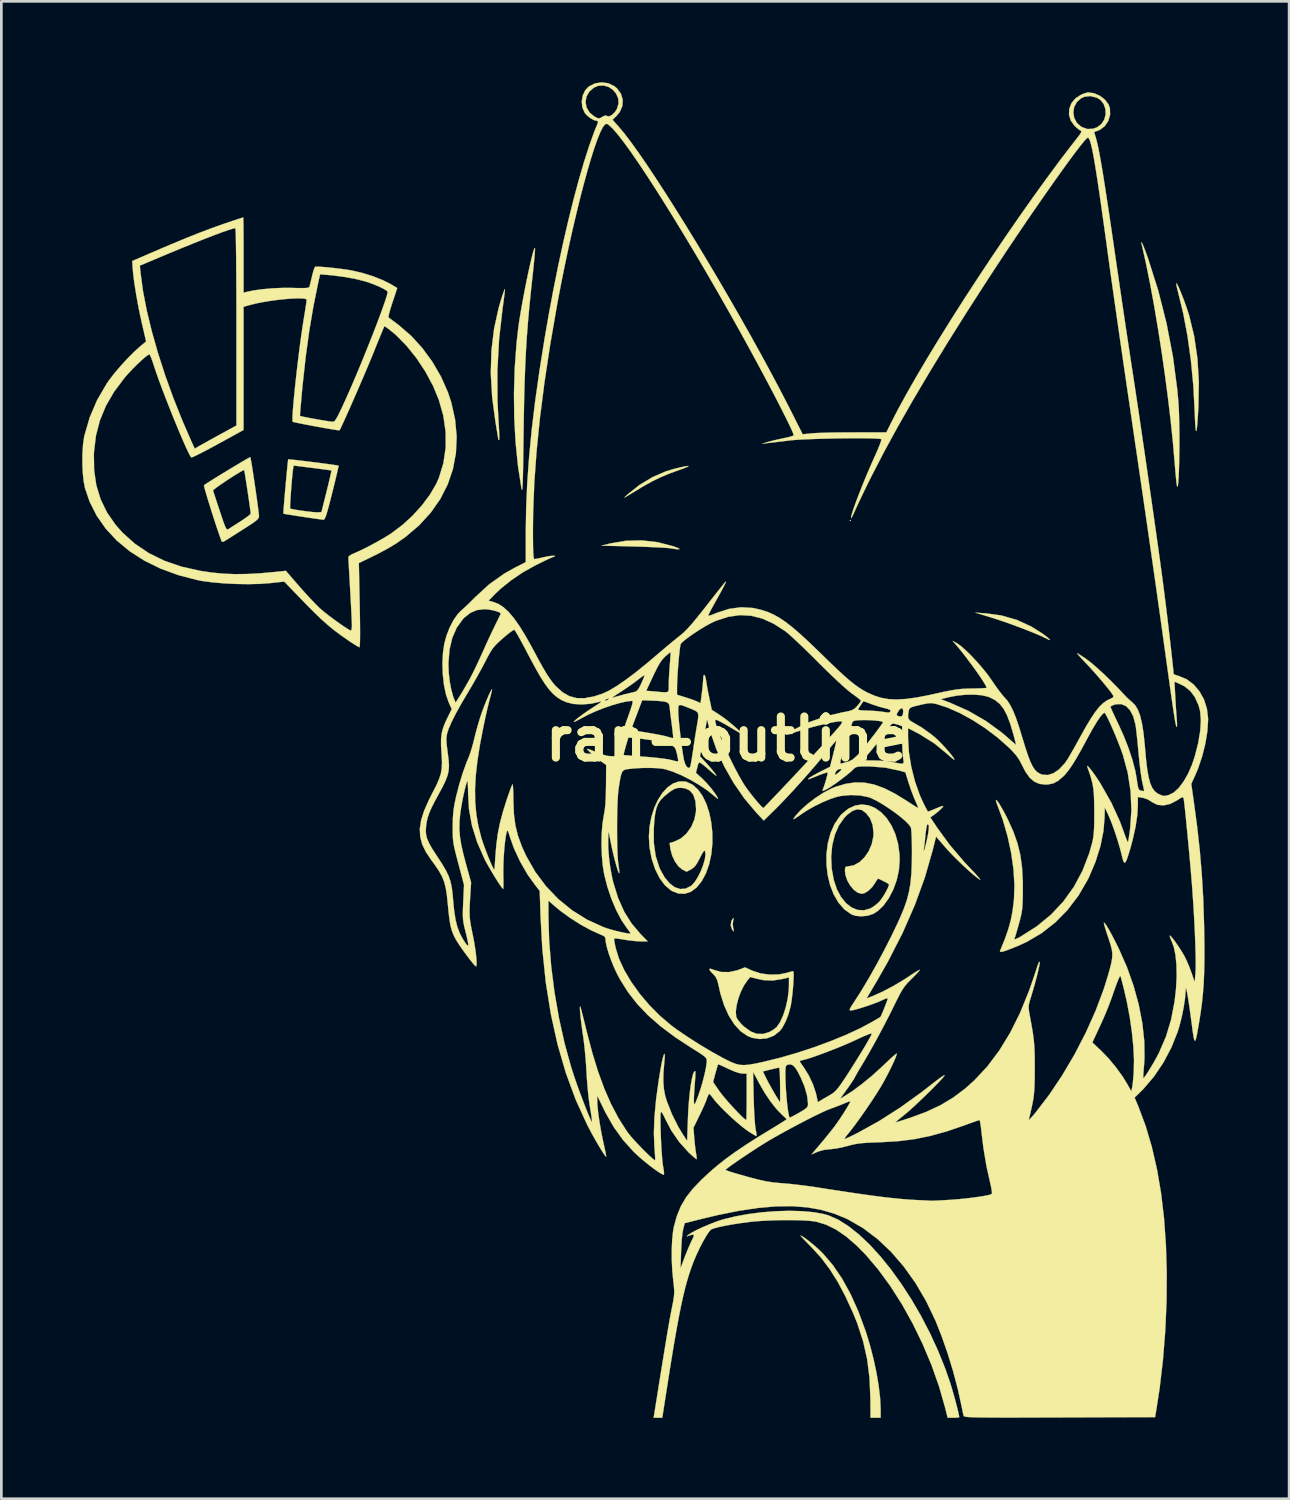
<source format=kicad_pcb>
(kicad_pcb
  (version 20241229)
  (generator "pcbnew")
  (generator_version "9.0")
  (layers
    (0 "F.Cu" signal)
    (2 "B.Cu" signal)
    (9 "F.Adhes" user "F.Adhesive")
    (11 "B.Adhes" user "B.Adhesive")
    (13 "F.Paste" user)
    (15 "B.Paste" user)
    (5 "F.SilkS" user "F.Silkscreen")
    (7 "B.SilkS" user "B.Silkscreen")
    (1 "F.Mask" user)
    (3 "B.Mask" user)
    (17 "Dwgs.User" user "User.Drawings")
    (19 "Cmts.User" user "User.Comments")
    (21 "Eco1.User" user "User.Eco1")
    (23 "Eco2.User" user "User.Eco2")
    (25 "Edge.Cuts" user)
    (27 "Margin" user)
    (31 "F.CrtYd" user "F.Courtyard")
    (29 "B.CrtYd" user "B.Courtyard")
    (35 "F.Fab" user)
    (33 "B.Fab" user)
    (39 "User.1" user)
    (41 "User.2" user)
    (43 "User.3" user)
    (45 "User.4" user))
  (footprint "ran-outline"
    (layer "F.Cu")
    (at 23.92 24.363)
    (property "Reference" "ran-outline" (at 0 0 0) (layer "F.SilkS") (effects (font (size 1.524 1.524) (thickness 0.3))))
    (attr exclude_from_pos_files exclude_from_bom allow_missing_courtyard dnp)
    (fp_poly (pts (xy 4.594 -8.106) (xy 4.572 -8.084) (xy 4.55 -8.106) (xy 4.572 -8.128) (xy 4.594 -8.106)) (stroke (width 0.01) (type solid)) (fill yes) (layer "F.SilkS"))
    (fp_poly (pts (xy 0.247 6.655) (xy 0.227 6.737) (xy 0.212 6.88) (xy 0.226 6.999) (xy 0.251 7.109) (xy 0.241 7.137) (xy 0.197 7.084) (xy 0.186 7.066) (xy 0.136 6.913) (xy 0.16 6.756) (xy 0.197 6.69) (xy 0.24 6.639) (xy 0.247 6.655)) (stroke (width 0.01) (type solid)) (fill yes) (layer "F.SilkS"))
    (fp_poly (pts (xy -2.575 -7.3) (xy -2.003 -7.151) (xy -1.966 -7.138) (xy -1.821 -7.083) (xy -1.762 -7.049) (xy -1.788 -7.035) (xy -1.898 -7.043) (xy -2.092 -7.072) (xy -2.098 -7.073) (xy -2.202 -7.085) (xy -2.38 -7.097) (xy -2.617 -7.11) (xy -2.899 -7.122) (xy -3.21 -7.134) (xy -3.49 -7.142) (xy -4.66 -7.172) (xy -4.329 -7.254) (xy -3.753 -7.352) (xy -3.163 -7.367) (xy -2.575 -7.3)) (stroke (width 0.01) (type solid)) (fill yes) (layer "F.SilkS"))
    (fp_poly (pts (xy 9.586 -4.662) (xy 10.18 -4.581) (xy 10.749 -4.417) (xy 11.287 -4.171) (xy 11.727 -3.891) (xy 11.883 -3.773) (xy 11.967 -3.7) (xy 11.979 -3.672) (xy 11.919 -3.691) (xy 11.794 -3.752) (xy 11.638 -3.826) (xy 11.416 -3.92) (xy 11.146 -4.028) (xy 10.847 -4.143) (xy 10.536 -4.258) (xy 10.232 -4.365) (xy 9.953 -4.458) (xy 9.801 -4.506) (xy 9.21 -4.685) (xy 9.586 -4.662)) (stroke (width 0.01) (type solid)) (fill yes) (layer "F.SilkS"))
    (fp_poly (pts (xy -1.429 -10.117) (xy -1.5 -10.081) (xy -1.654 -10.022) (xy -1.745 -9.99) (xy -2.13 -9.849) (xy -2.46 -9.712) (xy -2.764 -9.565) (xy -3.073 -9.393) (xy -3.203 -9.316) (xy -3.384 -9.206) (xy -3.551 -9.104) (xy -3.681 -9.026) (xy -3.733 -8.994) (xy -3.796 -8.959) (xy -3.799 -8.968) (xy -3.739 -9.028) (xy -3.689 -9.073) (xy -3.244 -9.425) (xy -2.766 -9.713) (xy -2.269 -9.928) (xy -1.962 -10.02) (xy -1.708 -10.081) (xy -1.535 -10.117) (xy -1.441 -10.129) (xy -1.429 -10.117)) (stroke (width 0.01) (type solid)) (fill yes) (layer "F.SilkS"))
    (fp_poly (pts (xy 16.694 -16.877) (xy 16.742 -16.782) (xy 16.808 -16.634) (xy 16.883 -16.448) (xy 16.963 -16.239) (xy 17.04 -16.022) (xy 17.11 -15.812) (xy 17.144 -15.704) (xy 17.33 -14.937) (xy 17.45 -14.117) (xy 17.502 -13.248) (xy 17.486 -12.341) (xy 17.466 -11.981) (xy 17.447 -11.71) (xy 17.429 -11.527) (xy 17.412 -11.432) (xy 17.396 -11.425) (xy 17.382 -11.506) (xy 17.369 -11.675) (xy 17.356 -11.931) (xy 17.348 -12.148) (xy 17.298 -13.101) (xy 17.208 -14.036) (xy 17.083 -14.938) (xy 16.923 -15.788) (xy 16.736 -16.558) (xy 16.696 -16.715) (xy 16.671 -16.836) (xy 16.665 -16.899) (xy 16.667 -16.903) (xy 16.694 -16.877)) (stroke (width 0.01) (type solid)) (fill yes) (layer "F.SilkS"))
    (fp_poly (pts (xy -8.241 -16.645) (xy -8.253 -16.525) (xy -8.275 -16.349) (xy -8.304 -16.13) (xy -8.327 -15.969) (xy -8.455 -14.839) (xy -8.518 -13.686) (xy -8.516 -12.541) (xy -8.477 -11.792) (xy -8.462 -11.559) (xy -8.452 -11.357) (xy -8.448 -11.204) (xy -8.451 -11.115) (xy -8.455 -11.099) (xy -8.481 -11.091) (xy -8.481 -11.095) (xy -8.488 -11.143) (xy -8.508 -11.264) (xy -8.537 -11.439) (xy -8.573 -11.654) (xy -8.59 -11.757) (xy -8.714 -12.683) (xy -8.764 -13.565) (xy -8.74 -14.408) (xy -8.642 -15.218) (xy -8.47 -15.999) (xy -8.391 -16.269) (xy -8.334 -16.448) (xy -8.285 -16.589) (xy -8.252 -16.674) (xy -8.24 -16.691) (xy -8.241 -16.645)) (stroke (width 0.01) (type solid)) (fill yes) (layer "F.SilkS"))
    (fp_poly (pts (xy 2.79 18.449) (xy 2.905 18.525) (xy 3.051 18.636) (xy 3.214 18.77) (xy 3.377 18.913) (xy 3.523 19.053) (xy 3.559 19.089) (xy 3.927 19.52) (xy 4.267 20.018) (xy 4.581 20.588) (xy 4.871 21.235) (xy 5.14 21.963) (xy 5.167 22.043) (xy 5.31 22.517) (xy 5.437 23.012) (xy 5.543 23.51) (xy 5.624 23.99) (xy 5.677 24.432) (xy 5.697 24.814) (xy 5.698 24.837) (xy 5.698 25.179) (xy 5.323 25.179) (xy 5.317 24.439) (xy 5.285 23.696) (xy 5.196 23.002) (xy 5.046 22.336) (xy 4.83 21.676) (xy 4.678 21.299) (xy 4.396 20.684) (xy 4.11 20.145) (xy 3.811 19.67) (xy 3.492 19.247) (xy 3.144 18.864) (xy 3.132 18.851) (xy 2.978 18.696) (xy 2.852 18.565) (xy 2.764 18.471) (xy 2.724 18.424) (xy 2.723 18.421) (xy 2.79 18.449)) (stroke (width 0.01) (type solid)) (fill yes) (layer "F.SilkS"))
    (fp_poly (pts (xy 15.412 -18.365) (xy 15.467 -18.233) (xy 15.541 -18.04) (xy 15.62 -17.819) (xy 15.995 -16.639) (xy 16.304 -15.418) (xy 16.542 -14.18) (xy 16.704 -12.946) (xy 16.741 -12.528) (xy 16.756 -12.301) (xy 16.767 -12.038) (xy 16.774 -11.746) (xy 16.779 -11.436) (xy 16.781 -11.117) (xy 16.78 -10.798) (xy 16.776 -10.488) (xy 16.77 -10.198) (xy 16.762 -9.935) (xy 16.752 -9.711) (xy 16.74 -9.534) (xy 16.726 -9.413) (xy 16.711 -9.358) (xy 16.694 -9.378) (xy 16.687 -9.409) (xy 16.673 -9.509) (xy 16.655 -9.676) (xy 16.635 -9.889) (xy 16.615 -10.128) (xy 16.609 -10.204) (xy 16.544 -10.961) (xy 16.461 -11.77) (xy 16.361 -12.615) (xy 16.248 -13.48) (xy 16.123 -14.352) (xy 15.988 -15.213) (xy 15.847 -16.05) (xy 15.701 -16.846) (xy 15.553 -17.587) (xy 15.404 -18.256) (xy 15.386 -18.332) (xy 15.37 -18.42) (xy 15.379 -18.429) (xy 15.412 -18.365)) (stroke (width 0.01) (type solid)) (fill yes) (layer "F.SilkS"))
    (fp_poly (pts (xy -7.123 -18.21) (xy -7.123 -18.153) (xy -7.131 -18.022) (xy -7.148 -17.828) (xy -7.171 -17.587) (xy -7.2 -17.31) (xy -7.217 -17.152) (xy -7.283 -16.537) (xy -7.34 -15.966) (xy -7.388 -15.423) (xy -7.428 -14.893) (xy -7.461 -14.363) (xy -7.487 -13.816) (xy -7.509 -13.238) (xy -7.526 -12.615) (xy -7.539 -11.93) (xy -7.548 -11.286) (xy -7.555 -10.783) (xy -7.561 -10.362) (xy -7.566 -10.018) (xy -7.572 -9.745) (xy -7.578 -9.538) (xy -7.585 -9.39) (xy -7.592 -9.295) (xy -7.6 -9.249) (xy -7.61 -9.245) (xy -7.621 -9.277) (xy -7.63 -9.321) (xy -7.755 -10.125) (xy -7.843 -10.99) (xy -7.893 -11.897) (xy -7.904 -12.826) (xy -7.876 -13.758) (xy -7.809 -14.674) (xy -7.748 -15.218) (xy -7.713 -15.472) (xy -7.667 -15.761) (xy -7.613 -16.073) (xy -7.554 -16.398) (xy -7.491 -16.725) (xy -7.427 -17.045) (xy -7.363 -17.346) (xy -7.302 -17.619) (xy -7.247 -17.853) (xy -7.199 -18.037) (xy -7.16 -18.162) (xy -7.133 -18.216) (xy -7.123 -18.21)) (stroke (width 0.01) (type solid)) (fill yes) (layer "F.SilkS"))
    (fp_poly (pts (xy 0.942 8.597) (xy 1.245 8.696) (xy 1.584 8.742) (xy 1.925 8.734) (xy 2.178 8.685) (xy 2.316 8.646) (xy 2.418 8.62) (xy 2.454 8.614) (xy 2.468 8.655) (xy 2.471 8.766) (xy 2.467 8.929) (xy 2.455 9.126) (xy 2.437 9.341) (xy 2.414 9.555) (xy 2.388 9.75) (xy 2.361 9.907) (xy 2.279 10.21) (xy 2.171 10.488) (xy 2.046 10.718) (xy 1.952 10.839) (xy 1.739 11.006) (xy 1.484 11.104) (xy 1.207 11.131) (xy 0.926 11.084) (xy 0.76 11.017) (xy 0.506 10.844) (xy 0.274 10.592) (xy 0.068 10.269) (xy -0.005 10.108) (xy 0.326 10.108) (xy 0.339 10.29) (xy 0.355 10.341) (xy 0.417 10.439) (xy 0.522 10.564) (xy 0.629 10.669) (xy 0.87 10.846) (xy 1.105 10.937) (xy 1.341 10.942) (xy 1.568 10.872) (xy 1.705 10.794) (xy 1.821 10.705) (xy 1.842 10.685) (xy 1.969 10.502) (xy 2.083 10.251) (xy 2.179 9.955) (xy 2.25 9.634) (xy 2.29 9.309) (xy 2.297 9.124) (xy 2.297 8.846) (xy 2.043 8.906) (xy 1.695 8.96) (xy 1.366 8.948) (xy 1.125 8.899) (xy 0.861 8.83) (xy 0.758 8.954) (xy 0.626 9.147) (xy 0.511 9.379) (xy 0.418 9.631) (xy 0.355 9.881) (xy 0.326 10.108) (xy -0.005 10.108) (xy -0.107 9.882) (xy -0.247 9.44) (xy -0.313 9.145) (xy -0.358 8.963) (xy -0.417 8.835) (xy -0.505 8.73) (xy -0.516 8.72) (xy -0.623 8.607) (xy -0.658 8.54) (xy -0.621 8.521) (xy -0.514 8.554) (xy -0.475 8.571) (xy -0.216 8.643) (xy 0.075 8.647) (xy 0.375 8.582) (xy 0.421 8.565) (xy 0.67 8.472) (xy 0.942 8.597)) (stroke (width 0.01) (type solid)) (fill yes) (layer "F.SilkS"))
    (fp_poly (pts (xy -16.233 -10.371) (xy -16.116 -10.36) (xy -15.943 -10.341) (xy -15.729 -10.316) (xy -15.491 -10.287) (xy -15.243 -10.256) (xy -15.001 -10.225) (xy -14.782 -10.196) (xy -14.6 -10.17) (xy -14.471 -10.151) (xy -14.412 -10.14) (xy -14.41 -10.139) (xy -14.417 -10.095) (xy -14.442 -9.977) (xy -14.484 -9.798) (xy -14.539 -9.569) (xy -14.604 -9.302) (xy -14.648 -9.128) (xy -14.731 -8.799) (xy -14.798 -8.547) (xy -14.851 -8.364) (xy -14.893 -8.24) (xy -14.927 -8.167) (xy -14.956 -8.136) (xy -14.969 -8.133) (xy -15.036 -8.141) (xy -15.173 -8.16) (xy -15.365 -8.187) (xy -15.594 -8.221) (xy -15.744 -8.243) (xy -15.982 -8.279) (xy -16.186 -8.312) (xy -16.343 -8.337) (xy -16.437 -8.354) (xy -16.457 -8.36) (xy -16.457 -8.405) (xy -16.449 -8.524) (xy -16.442 -8.621) (xy -16.209 -8.621) (xy -16.209 -8.555) (xy -16.207 -8.55) (xy -16.153 -8.533) (xy -16.034 -8.509) (xy -15.87 -8.482) (xy -15.686 -8.456) (xy -15.501 -8.432) (xy -15.34 -8.415) (xy -15.224 -8.408) (xy -15.198 -8.408) (xy -15.046 -8.415) (xy -14.854 -9.183) (xy -14.793 -9.429) (xy -14.742 -9.644) (xy -14.703 -9.813) (xy -14.68 -9.923) (xy -14.675 -9.959) (xy -14.721 -9.968) (xy -14.839 -9.985) (xy -15.015 -10.008) (xy -15.234 -10.037) (xy -15.382 -10.055) (xy -16.076 -10.143) (xy -16.097 -10.03) (xy -16.11 -9.934) (xy -16.126 -9.78) (xy -16.144 -9.585) (xy -16.162 -9.367) (xy -16.179 -9.144) (xy -16.193 -8.933) (xy -16.204 -8.753) (xy -16.209 -8.621) (xy -16.442 -8.621) (xy -16.436 -8.699) (xy -16.418 -8.918) (xy -16.397 -9.163) (xy -16.374 -9.42) (xy -16.351 -9.675) (xy -16.329 -9.911) (xy -16.309 -10.113) (xy -16.293 -10.267) (xy -16.282 -10.356) (xy -16.278 -10.373) (xy -16.233 -10.371)) (stroke (width 0.01) (type solid)) (fill yes) (layer "F.SilkS"))
    (fp_poly (pts (xy -17.672 -10.406) (xy -17.65 -10.285) (xy -17.62 -10.106) (xy -17.585 -9.882) (xy -17.547 -9.629) (xy -17.507 -9.361) (xy -17.468 -9.093) (xy -17.433 -8.838) (xy -17.402 -8.613) (xy -17.379 -8.43) (xy -17.365 -8.305) (xy -17.362 -8.261) (xy -17.371 -8.21) (xy -17.409 -8.155) (xy -17.485 -8.087) (xy -17.611 -7.996) (xy -17.797 -7.874) (xy -17.902 -7.808) (xy -18.108 -7.677) (xy -18.3 -7.555) (xy -18.459 -7.454) (xy -18.567 -7.385) (xy -18.586 -7.373) (xy -18.685 -7.318) (xy -18.736 -7.316) (xy -18.752 -7.34) (xy -18.813 -7.51) (xy -18.887 -7.724) (xy -18.969 -7.969) (xy -19.054 -8.23) (xy -19.138 -8.495) (xy -19.218 -8.75) (xy -19.289 -8.982) (xy -19.346 -9.176) (xy -19.357 -9.215) (xy -19.07 -9.215) (xy -19.05 -9.159) (xy -19.008 -9.033) (xy -18.949 -8.853) (xy -18.876 -8.634) (xy -18.815 -8.449) (xy -18.728 -8.189) (xy -18.664 -8.003) (xy -18.616 -7.878) (xy -18.579 -7.806) (xy -18.548 -7.775) (xy -18.518 -7.774) (xy -18.488 -7.79) (xy -18.413 -7.839) (xy -18.284 -7.921) (xy -18.125 -8.023) (xy -18.034 -8.081) (xy -17.879 -8.185) (xy -17.756 -8.275) (xy -17.683 -8.34) (xy -17.67 -8.362) (xy -17.676 -8.424) (xy -17.693 -8.554) (xy -17.718 -8.733) (xy -17.749 -8.946) (xy -17.783 -9.174) (xy -17.818 -9.403) (xy -17.85 -9.614) (xy -17.878 -9.79) (xy -17.9 -9.916) (xy -17.911 -9.973) (xy -17.912 -9.975) (xy -17.956 -9.962) (xy -18.056 -9.907) (xy -18.198 -9.823) (xy -18.366 -9.717) (xy -18.544 -9.601) (xy -18.718 -9.484) (xy -18.872 -9.377) (xy -18.991 -9.289) (xy -19.059 -9.231) (xy -19.07 -9.215) (xy -19.357 -9.215) (xy -19.386 -9.32) (xy -19.403 -9.4) (xy -19.403 -9.411) (xy -19.34 -9.456) (xy -19.22 -9.535) (xy -19.055 -9.639) (xy -18.858 -9.761) (xy -18.643 -9.893) (xy -18.422 -10.027) (xy -18.209 -10.155) (xy -18.016 -10.27) (xy -17.855 -10.363) (xy -17.741 -10.427) (xy -17.687 -10.454) (xy -17.684 -10.454) (xy -17.672 -10.406)) (stroke (width 0.01) (type solid)) (fill yes) (layer "F.SilkS"))
    (fp_poly (pts (xy -1.554 1.578) (xy -1.509 1.588) (xy -1.281 1.694) (xy -1.08 1.873) (xy -0.908 2.114) (xy -0.767 2.407) (xy -0.658 2.741) (xy -0.584 3.104) (xy -0.545 3.486) (xy -0.543 3.875) (xy -0.581 4.261) (xy -0.66 4.632) (xy -0.781 4.978) (xy -0.937 5.272) (xy -1.128 5.51) (xy -1.341 5.667) (xy -1.568 5.742) (xy -1.805 5.733) (xy -2.045 5.639) (xy -2.079 5.618) (xy -2.303 5.428) (xy -2.5 5.163) (xy -2.664 4.836) (xy -2.791 4.458) (xy -2.872 4.041) (xy -2.877 4.003) (xy -2.899 3.62) (xy -2.88 3.335) (xy -2.717 3.335) (xy -2.715 3.866) (xy -2.647 4.341) (xy -2.511 4.767) (xy -2.474 4.85) (xy -2.312 5.139) (xy -2.13 5.357) (xy -1.936 5.5) (xy -1.736 5.566) (xy -1.536 5.551) (xy -1.342 5.453) (xy -1.314 5.431) (xy -1.198 5.304) (xy -1.083 5.124) (xy -0.977 4.912) (xy -0.889 4.689) (xy -0.827 4.476) (xy -0.8 4.295) (xy -0.814 4.167) (xy -0.838 4.144) (xy -0.876 4.177) (xy -0.935 4.275) (xy -1.008 4.417) (xy -1.106 4.602) (xy -1.191 4.723) (xy -1.281 4.804) (xy -1.336 4.837) (xy -1.502 4.925) (xy -1.666 4.837) (xy -1.805 4.722) (xy -1.933 4.543) (xy -2.035 4.326) (xy -2.098 4.096) (xy -2.103 4.061) (xy -2.13 3.86) (xy -1.958 3.808) (xy -1.715 3.692) (xy -1.502 3.505) (xy -1.33 3.264) (xy -1.21 2.986) (xy -1.152 2.687) (xy -1.149 2.594) (xy -1.174 2.295) (xy -1.251 2.069) (xy -1.38 1.913) (xy -1.561 1.828) (xy -1.719 1.811) (xy -1.849 1.821) (xy -1.962 1.859) (xy -2.092 1.939) (xy -2.163 1.991) (xy -2.334 2.129) (xy -2.463 2.262) (xy -2.558 2.406) (xy -2.624 2.577) (xy -2.669 2.792) (xy -2.7 3.066) (xy -2.717 3.335) (xy -2.88 3.335) (xy -2.873 3.245) (xy -2.805 2.887) (xy -2.699 2.554) (xy -2.561 2.255) (xy -2.395 1.999) (xy -2.206 1.794) (xy -2 1.65) (xy -1.781 1.575) (xy -1.554 1.578)) (stroke (width 0.01) (type solid)) (fill yes) (layer "F.SilkS"))
    (fp_poly (pts (xy 5.248 2.461) (xy 5.49 2.559) (xy 5.716 2.719) (xy 5.921 2.935) (xy 6.097 3.204) (xy 6.24 3.519) (xy 6.342 3.877) (xy 6.397 4.271) (xy 6.404 4.488) (xy 6.376 4.861) (xy 6.295 5.231) (xy 6.168 5.584) (xy 6.002 5.904) (xy 5.806 6.176) (xy 5.585 6.387) (xy 5.418 6.49) (xy 5.215 6.556) (xy 4.987 6.579) (xy 4.768 6.56) (xy 4.616 6.509) (xy 4.355 6.324) (xy 4.135 6.072) (xy 3.957 5.767) (xy 3.822 5.419) (xy 3.732 5.042) (xy 3.688 4.648) (xy 3.689 4.366) (xy 3.863 4.366) (xy 3.882 4.805) (xy 3.96 5.231) (xy 4.074 5.572) (xy 4.227 5.859) (xy 4.41 6.086) (xy 4.618 6.249) (xy 4.841 6.341) (xy 5.074 6.356) (xy 5.308 6.29) (xy 5.336 6.277) (xy 5.474 6.187) (xy 5.612 6.072) (xy 5.64 6.045) (xy 5.724 5.941) (xy 5.816 5.801) (xy 5.904 5.652) (xy 5.971 5.516) (xy 6.005 5.421) (xy 6.007 5.405) (xy 5.992 5.38) (xy 5.943 5.345) (xy 5.844 5.292) (xy 5.682 5.213) (xy 5.61 5.179) (xy 5.577 5.207) (xy 5.522 5.289) (xy 5.501 5.326) (xy 5.384 5.495) (xy 5.241 5.633) (xy 5.094 5.721) (xy 4.994 5.743) (xy 4.848 5.702) (xy 4.701 5.593) (xy 4.567 5.434) (xy 4.459 5.244) (xy 4.391 5.041) (xy 4.374 4.892) (xy 4.38 4.783) (xy 4.412 4.736) (xy 4.485 4.727) (xy 4.705 4.685) (xy 4.914 4.568) (xy 5.1 4.389) (xy 5.255 4.163) (xy 5.367 3.902) (xy 5.427 3.619) (xy 5.433 3.487) (xy 5.401 3.188) (xy 5.302 2.938) (xy 5.157 2.75) (xy 5.001 2.636) (xy 4.834 2.608) (xy 4.654 2.666) (xy 4.46 2.81) (xy 4.354 2.918) (xy 4.15 3.206) (xy 3.999 3.553) (xy 3.902 3.944) (xy 3.863 4.366) (xy 3.689 4.366) (xy 3.69 4.249) (xy 3.741 3.858) (xy 3.841 3.487) (xy 3.991 3.149) (xy 4.194 2.855) (xy 4.254 2.789) (xy 4.494 2.589) (xy 4.744 2.471) (xy 4.997 2.43) (xy 5.248 2.461)) (stroke (width 0.01) (type solid)) (fill yes) (layer "F.SilkS"))
    (fp_poly (pts (xy -17.944 -19.306) (xy -17.941 -19.186) (xy -17.939 -18.998) (xy -17.937 -18.754) (xy -17.935 -18.463) (xy -17.935 -18.137) (xy -17.935 -17.952) (xy -17.935 -16.555) (xy -17.835 -16.582) (xy -17.565 -16.639) (xy -17.233 -16.685) (xy -16.865 -16.717) (xy -16.487 -16.734) (xy -16.135 -16.733) (xy -15.884 -16.727) (xy -15.707 -16.726) (xy -15.593 -16.732) (xy -15.526 -16.745) (xy -15.495 -16.767) (xy -15.487 -16.783) (xy -15.469 -16.859) (xy -15.437 -16.992) (xy -15.398 -17.157) (xy -15.394 -17.173) (xy -15.353 -17.331) (xy -15.315 -17.451) (xy -15.287 -17.512) (xy -15.285 -17.515) (xy -15.224 -17.521) (xy -15.094 -17.517) (xy -14.912 -17.504) (xy -14.697 -17.483) (xy -14.466 -17.458) (xy -14.237 -17.429) (xy -14.028 -17.398) (xy -13.924 -17.38) (xy -13.53 -17.289) (xy -13.132 -17.165) (xy -12.764 -17.018) (xy -12.523 -16.898) (xy -12.385 -16.819) (xy -12.283 -16.759) (xy -12.237 -16.728) (xy -12.236 -16.727) (xy -12.249 -16.683) (xy -12.286 -16.572) (xy -12.339 -16.41) (xy -12.405 -16.213) (xy -12.413 -16.19) (xy -12.477 -15.989) (xy -12.526 -15.819) (xy -12.554 -15.697) (xy -12.558 -15.639) (xy -12.556 -15.638) (xy -12.509 -15.601) (xy -12.407 -15.525) (xy -12.27 -15.422) (xy -12.179 -15.353) (xy -11.725 -14.963) (xy -11.305 -14.503) (xy -10.929 -13.988) (xy -10.608 -13.435) (xy -10.353 -12.859) (xy -10.231 -12.492) (xy -10.087 -11.848) (xy -10.029 -11.218) (xy -10.057 -10.606) (xy -10.168 -10.014) (xy -10.36 -9.447) (xy -10.634 -8.908) (xy -10.987 -8.401) (xy -11.417 -7.93) (xy -11.924 -7.498) (xy -12.267 -7.257) (xy -12.46 -7.139) (xy -12.7 -7.003) (xy -12.954 -6.868) (xy -13.145 -6.773) (xy -13.658 -6.526) (xy -13.626 -4.964) (xy -13.618 -4.529) (xy -13.614 -4.158) (xy -13.613 -3.855) (xy -13.616 -3.626) (xy -13.622 -3.475) (xy -13.632 -3.405) (xy -13.635 -3.401) (xy -13.687 -3.425) (xy -13.794 -3.489) (xy -13.94 -3.582) (xy -14.072 -3.671) (xy -14.34 -3.859) (xy -14.583 -4.041) (xy -14.814 -4.231) (xy -15.05 -4.442) (xy -15.306 -4.687) (xy -15.597 -4.98) (xy -15.749 -5.137) (xy -16.427 -5.839) (xy -16.919 -5.785) (xy -17.303 -5.755) (xy -17.737 -5.744) (xy -18.196 -5.75) (xy -18.655 -5.773) (xy -19.089 -5.81) (xy -19.473 -5.862) (xy -19.64 -5.893) (xy -20.353 -6.078) (xy -21.013 -6.32) (xy -21.615 -6.616) (xy -22.157 -6.963) (xy -22.635 -7.358) (xy -23.045 -7.799) (xy -23.383 -8.283) (xy -23.647 -8.806) (xy -23.815 -9.299) (xy -23.866 -9.558) (xy -23.9 -9.878) (xy -23.915 -10.229) (xy -23.912 -10.58) (xy -23.487 -10.58) (xy -23.479 -9.973) (xy -23.397 -9.412) (xy -23.238 -8.891) (xy -23.002 -8.405) (xy -22.686 -7.949) (xy -22.432 -7.661) (xy -21.974 -7.248) (xy -21.455 -6.898) (xy -20.876 -6.613) (xy -20.237 -6.392) (xy -19.538 -6.236) (xy -19.52 -6.233) (xy -19.094 -6.171) (xy -18.679 -6.132) (xy -18.257 -6.115) (xy -17.809 -6.12) (xy -17.316 -6.147) (xy -16.761 -6.197) (xy -16.631 -6.21) (xy -16.366 -6.238) (xy -15.854 -5.646) (xy -15.663 -5.431) (xy -15.468 -5.218) (xy -15.285 -5.027) (xy -15.132 -4.874) (xy -15.058 -4.806) (xy -14.927 -4.697) (xy -14.762 -4.569) (xy -14.581 -4.433) (xy -14.397 -4.301) (xy -14.226 -4.183) (xy -14.084 -4.09) (xy -13.986 -4.033) (xy -13.951 -4.02) (xy -13.929 -4.059) (xy -13.916 -4.158) (xy -13.915 -4.208) (xy -13.918 -4.303) (xy -13.925 -4.471) (xy -13.936 -4.7) (xy -13.95 -4.974) (xy -13.966 -5.28) (xy -13.981 -5.544) (xy -13.998 -5.855) (xy -14.014 -6.139) (xy -14.028 -6.383) (xy -14.038 -6.574) (xy -14.044 -6.7) (xy -14.047 -6.748) (xy -14.009 -6.796) (xy -13.915 -6.853) (xy -13.86 -6.877) (xy -13.647 -6.97) (xy -13.385 -7.098) (xy -13.102 -7.247) (xy -12.821 -7.404) (xy -12.568 -7.556) (xy -12.436 -7.642) (xy -12.033 -7.946) (xy -11.653 -8.296) (xy -11.311 -8.675) (xy -11.019 -9.068) (xy -10.79 -9.459) (xy -10.688 -9.687) (xy -10.52 -10.24) (xy -10.437 -10.811) (xy -10.439 -11.396) (xy -10.524 -11.99) (xy -10.693 -12.586) (xy -10.907 -13.102) (xy -11.19 -13.629) (xy -11.521 -14.128) (xy -11.884 -14.581) (xy -12.268 -14.971) (xy -12.403 -15.087) (xy -12.536 -15.194) (xy -12.642 -15.272) (xy -12.703 -15.309) (xy -12.711 -15.31) (xy -12.732 -15.266) (xy -12.781 -15.151) (xy -12.852 -14.977) (xy -12.943 -14.757) (xy -13.047 -14.5) (xy -13.116 -14.327) (xy -13.208 -14.103) (xy -13.318 -13.84) (xy -13.441 -13.548) (xy -13.574 -13.239) (xy -13.71 -12.923) (xy -13.846 -12.612) (xy -13.976 -12.316) (xy -14.096 -12.047) (xy -14.2 -11.815) (xy -14.285 -11.631) (xy -14.345 -11.506) (xy -14.376 -11.451) (xy -14.377 -11.45) (xy -14.423 -11.453) (xy -14.54 -11.469) (xy -14.712 -11.497) (xy -14.922 -11.533) (xy -15.154 -11.575) (xy -15.392 -11.619) (xy -15.62 -11.662) (xy -15.823 -11.702) (xy -15.983 -11.735) (xy -16.085 -11.759) (xy -16.113 -11.769) (xy -16.122 -11.826) (xy -16.119 -11.959) (xy -16.118 -11.988) (xy -15.842 -11.988) (xy -15.842 -11.985) (xy -15.794 -11.97) (xy -15.678 -11.945) (xy -15.514 -11.913) (xy -15.32 -11.877) (xy -15.117 -11.841) (xy -14.924 -11.809) (xy -14.761 -11.783) (xy -14.646 -11.768) (xy -14.603 -11.765) (xy -14.566 -11.785) (xy -14.517 -11.846) (xy -14.453 -11.956) (xy -14.368 -12.123) (xy -14.259 -12.354) (xy -14.121 -12.658) (xy -14.102 -12.7) (xy -13.945 -13.055) (xy -13.782 -13.436) (xy -13.616 -13.832) (xy -13.451 -14.235) (xy -13.29 -14.635) (xy -13.137 -15.022) (xy -12.996 -15.388) (xy -12.87 -15.722) (xy -12.763 -16.017) (xy -12.678 -16.261) (xy -12.62 -16.446) (xy -12.592 -16.563) (xy -12.59 -16.586) (xy -12.629 -16.632) (xy -12.734 -16.697) (xy -12.889 -16.773) (xy -13.075 -16.853) (xy -13.274 -16.927) (xy -13.447 -16.982) (xy -13.793 -17.067) (xy -14.191 -17.14) (xy -14.607 -17.194) (xy -14.738 -17.207) (xy -15.096 -17.238) (xy -15.169 -16.913) (xy -15.343 -16.055) (xy -15.496 -15.153) (xy -15.628 -14.194) (xy -15.741 -13.164) (xy -15.767 -12.899) (xy -15.791 -12.627) (xy -15.812 -12.386) (xy -15.829 -12.191) (xy -15.839 -12.054) (xy -15.842 -11.988) (xy -16.118 -11.988) (xy -16.108 -12.159) (xy -16.087 -12.416) (xy -16.06 -12.718) (xy -16.026 -13.056) (xy -15.987 -13.419) (xy -15.944 -13.796) (xy -15.898 -14.178) (xy -15.851 -14.553) (xy -15.803 -14.912) (xy -15.755 -15.243) (xy -15.709 -15.537) (xy -15.701 -15.59) (xy -15.663 -15.821) (xy -15.63 -16.024) (xy -15.607 -16.182) (xy -15.595 -16.276) (xy -15.593 -16.293) (xy -15.635 -16.325) (xy -15.749 -16.342) (xy -15.925 -16.345) (xy -16.147 -16.337) (xy -16.403 -16.317) (xy -16.679 -16.287) (xy -16.963 -16.248) (xy -17.24 -16.202) (xy -17.498 -16.15) (xy -17.703 -16.098) (xy -17.935 -16.033) (xy -17.935 -13.748) (xy -17.936 -11.463) (xy -18.885 -10.941) (xy -19.149 -10.798) (xy -19.388 -10.672) (xy -19.591 -10.568) (xy -19.747 -10.492) (xy -19.845 -10.45) (xy -19.873 -10.444) (xy -19.914 -10.5) (xy -19.98 -10.627) (xy -20.07 -10.817) (xy -20.177 -11.058) (xy -20.298 -11.34) (xy -20.428 -11.653) (xy -20.564 -11.985) (xy -20.7 -12.328) (xy -20.834 -12.669) (xy -20.96 -12.999) (xy -21.074 -13.307) (xy -21.172 -13.583) (xy -21.249 -13.815) (xy -21.31 -14) (xy -21.365 -14.148) (xy -21.407 -14.243) (xy -21.426 -14.268) (xy -21.49 -14.237) (xy -21.6 -14.153) (xy -21.743 -14.028) (xy -21.906 -13.873) (xy -22.075 -13.703) (xy -22.237 -13.528) (xy -22.347 -13.402) (xy -22.736 -12.884) (xy -23.04 -12.36) (xy -23.263 -11.821) (xy -23.41 -11.257) (xy -23.482 -10.66) (xy -23.487 -10.58) (xy -23.912 -10.58) (xy -23.911 -10.586) (xy -23.89 -10.922) (xy -23.849 -11.208) (xy -23.839 -11.252) (xy -23.641 -11.933) (xy -23.363 -12.58) (xy -23.009 -13.185) (xy -22.924 -13.308) (xy -22.731 -13.56) (xy -22.496 -13.836) (xy -22.241 -14.113) (xy -21.989 -14.366) (xy -21.761 -14.572) (xy -21.741 -14.589) (xy -21.55 -14.746) (xy -21.707 -15.424) (xy -21.787 -15.787) (xy -21.862 -16.17) (xy -21.929 -16.552) (xy -21.986 -16.913) (xy -22.027 -17.231) (xy -22.05 -17.484) (xy -22.051 -17.49) (xy -22.055 -17.559) (xy -21.783 -17.559) (xy -21.754 -17.272) (xy -21.665 -16.612) (xy -21.526 -15.893) (xy -21.34 -15.126) (xy -21.112 -14.323) (xy -20.845 -13.495) (xy -20.541 -12.653) (xy -20.205 -11.81) (xy -19.882 -11.067) (xy -19.747 -10.769) (xy -19.603 -10.854) (xy -19.515 -10.904) (xy -19.366 -10.987) (xy -19.174 -11.094) (xy -18.956 -11.214) (xy -18.829 -11.284) (xy -18.2 -11.628) (xy -18.2 -15.289) (xy -18.2 -15.888) (xy -18.201 -16.449) (xy -18.204 -16.968) (xy -18.207 -17.439) (xy -18.21 -17.857) (xy -18.215 -18.215) (xy -18.219 -18.509) (xy -18.225 -18.733) (xy -18.231 -18.881) (xy -18.237 -18.947) (xy -18.239 -18.951) (xy -18.328 -18.933) (xy -18.492 -18.882) (xy -18.726 -18.8) (xy -19.023 -18.689) (xy -19.379 -18.552) (xy -19.787 -18.389) (xy -20.242 -18.205) (xy -20.737 -18) (xy -21.217 -17.798) (xy -21.783 -17.559) (xy -22.055 -17.559) (xy -22.065 -17.73) (xy -21.314 -18.055) (xy -20.668 -18.331) (xy -20.093 -18.57) (xy -19.577 -18.776) (xy -19.114 -18.951) (xy -18.694 -19.101) (xy -18.599 -19.133) (xy -18.377 -19.208) (xy -18.187 -19.271) (xy -18.044 -19.318) (xy -17.961 -19.344) (xy -17.947 -19.348) (xy -17.944 -19.306)) (stroke (width 0.01) (type solid)) (fill yes) (layer "F.SilkS"))
    (fp_poly (pts (xy -4.407 -24.325) (xy -4.184 -24.219) (xy -4.083 -24.135) (xy -3.935 -23.932) (xy -3.869 -23.709) (xy -3.884 -23.48) (xy -3.979 -23.26) (xy -4.09 -23.124) (xy -4.246 -22.968) (xy -4.02 -22.715) (xy -3.813 -22.467) (xy -3.569 -22.147) (xy -3.292 -21.762) (xy -2.985 -21.317) (xy -2.653 -20.818) (xy -2.299 -20.273) (xy -1.927 -19.688) (xy -1.54 -19.068) (xy -1.143 -18.421) (xy -0.74 -17.751) (xy -0.334 -17.067) (xy 0.071 -16.374) (xy 0.471 -15.677) (xy 0.862 -14.985) (xy 1.241 -14.302) (xy 1.603 -13.636) (xy 1.946 -12.992) (xy 2.264 -12.377) (xy 2.376 -12.156) (xy 2.805 -11.303) (xy 3.158 -11.339) (xy 3.3 -11.349) (xy 3.513 -11.357) (xy 3.782 -11.365) (xy 4.09 -11.37) (xy 4.422 -11.373) (xy 4.711 -11.374) (xy 5.91 -11.374) (xy 6.073 -11.702) (xy 6.339 -12.22) (xy 6.656 -12.799) (xy 7.016 -13.43) (xy 7.415 -14.105) (xy 7.847 -14.816) (xy 8.308 -15.555) (xy 8.79 -16.312) (xy 9.29 -17.08) (xy 9.801 -17.851) (xy 10.318 -18.616) (xy 10.836 -19.366) (xy 11.349 -20.094) (xy 11.852 -20.791) (xy 12.339 -21.449) (xy 12.805 -22.059) (xy 13.014 -22.326) (xy 13.106 -22.45) (xy 13.143 -22.524) (xy 13.131 -22.56) (xy 13.12 -22.565) (xy 13.051 -22.607) (xy 12.951 -22.691) (xy 12.891 -22.748) (xy 12.75 -22.943) (xy 12.685 -23.158) (xy 12.689 -23.238) (xy 12.846 -23.238) (xy 12.88 -23.036) (xy 12.978 -22.854) (xy 13.139 -22.713) (xy 13.163 -22.699) (xy 13.373 -22.626) (xy 13.581 -22.638) (xy 13.726 -22.691) (xy 13.889 -22.811) (xy 13.995 -22.977) (xy 14.044 -23.169) (xy 14.037 -23.368) (xy 13.973 -23.553) (xy 13.854 -23.705) (xy 13.716 -23.79) (xy 13.481 -23.849) (xy 13.259 -23.825) (xy 13.133 -23.767) (xy 12.972 -23.623) (xy 12.876 -23.44) (xy 12.846 -23.238) (xy 12.689 -23.238) (xy 12.696 -23.378) (xy 12.777 -23.585) (xy 12.926 -23.766) (xy 13.14 -23.903) (xy 13.14 -23.903) (xy 13.271 -23.954) (xy 13.382 -23.983) (xy 13.407 -23.985) (xy 13.625 -23.951) (xy 13.835 -23.857) (xy 14.016 -23.717) (xy 14.148 -23.547) (xy 14.203 -23.399) (xy 14.21 -23.156) (xy 14.144 -22.93) (xy 14.016 -22.738) (xy 13.836 -22.6) (xy 13.763 -22.568) (xy 13.618 -22.516) (xy 13.677 -22.318) (xy 13.713 -22.189) (xy 13.752 -22.025) (xy 13.794 -21.822) (xy 13.84 -21.575) (xy 13.892 -21.278) (xy 13.951 -20.926) (xy 14.016 -20.513) (xy 14.09 -20.034) (xy 14.173 -19.484) (xy 14.266 -18.857) (xy 14.369 -18.148) (xy 14.374 -18.111) (xy 14.454 -17.565) (xy 14.536 -17.006) (xy 14.618 -16.446) (xy 14.699 -15.898) (xy 14.777 -15.375) (xy 14.85 -14.889) (xy 14.915 -14.454) (xy 14.972 -14.081) (xy 15.015 -13.804) (xy 15.08 -13.382) (xy 15.155 -12.886) (xy 15.239 -12.327) (xy 15.329 -11.719) (xy 15.423 -11.074) (xy 15.521 -10.405) (xy 15.619 -9.724) (xy 15.717 -9.045) (xy 15.812 -8.38) (xy 15.903 -7.741) (xy 15.987 -7.142) (xy 16.063 -6.595) (xy 16.129 -6.113) (xy 16.167 -5.827) (xy 16.203 -5.551) (xy 16.243 -5.235) (xy 16.286 -4.891) (xy 16.33 -4.529) (xy 16.374 -4.162) (xy 16.416 -3.801) (xy 16.456 -3.457) (xy 16.491 -3.143) (xy 16.521 -2.87) (xy 16.545 -2.649) (xy 16.56 -2.493) (xy 16.565 -2.412) (xy 16.565 -2.41) (xy 16.604 -2.387) (xy 16.7 -2.354) (xy 16.753 -2.339) (xy 17.047 -2.217) (xy 17.307 -2.023) (xy 17.525 -1.768) (xy 17.693 -1.463) (xy 17.802 -1.122) (xy 17.846 -0.755) (xy 17.846 -0.714) (xy 17.819 -0.29) (xy 17.743 0.173) (xy 17.625 0.646) (xy 17.471 1.101) (xy 17.374 1.33) (xy 17.221 1.666) (xy 17.312 2.302) (xy 17.439 3.251) (xy 17.538 4.148) (xy 17.612 5.025) (xy 17.664 5.913) (xy 17.695 6.843) (xy 17.701 7.143) (xy 17.708 7.718) (xy 17.708 8.219) (xy 17.699 8.664) (xy 17.682 9.065) (xy 17.654 9.44) (xy 17.616 9.803) (xy 17.566 10.169) (xy 17.515 10.491) (xy 17.462 10.798) (xy 17.42 11.018) (xy 17.387 11.152) (xy 17.358 11.199) (xy 17.331 11.161) (xy 17.304 11.038) (xy 17.272 10.83) (xy 17.234 10.537) (xy 17.233 10.528) (xy 17.196 10.25) (xy 17.158 9.979) (xy 17.122 9.738) (xy 17.092 9.547) (xy 17.075 9.453) (xy 17.045 9.308) (xy 17.027 9.243) (xy 17.017 9.252) (xy 17.012 9.329) (xy 17.012 9.343) (xy 16.989 9.626) (xy 16.938 9.96) (xy 16.867 10.313) (xy 16.781 10.652) (xy 16.718 10.858) (xy 16.485 11.442) (xy 16.187 12.004) (xy 15.837 12.524) (xy 15.445 12.983) (xy 15.36 13.068) (xy 15.119 13.304) (xy 15.263 13.645) (xy 15.527 14.351) (xy 15.758 15.131) (xy 15.951 15.973) (xy 16.101 16.852) (xy 16.211 17.782) (xy 16.281 18.774) (xy 16.312 19.81) (xy 16.304 20.875) (xy 16.257 21.951) (xy 16.172 23.022) (xy 16.05 24.07) (xy 15.934 24.826) (xy 15.878 25.157) (xy 12.337 25.168) (xy 11.694 25.17) (xy 11.134 25.172) (xy 10.65 25.173) (xy 10.238 25.173) (xy 9.891 25.172) (xy 9.604 25.17) (xy 9.372 25.168) (xy 9.187 25.164) (xy 9.046 25.159) (xy 8.941 25.152) (xy 8.868 25.145) (xy 8.82 25.135) (xy 8.792 25.124) (xy 8.778 25.111) (xy 8.775 25.102) (xy 8.755 25.018) (xy 8.726 24.881) (xy 8.702 24.759) (xy 8.564 24.128) (xy 8.388 23.46) (xy 8.182 22.787) (xy 7.956 22.141) (xy 7.731 21.576) (xy 7.385 20.852) (xy 6.992 20.182) (xy 6.557 19.571) (xy 6.085 19.024) (xy 5.58 18.547) (xy 5.048 18.145) (xy 4.492 17.824) (xy 4.439 17.798) (xy 3.978 17.608) (xy 3.491 17.467) (xy 2.972 17.375) (xy 2.414 17.332) (xy 1.812 17.339) (xy 1.159 17.396) (xy 0.449 17.501) (xy -0.323 17.656) (xy -0.909 17.795) (xy -1.568 17.961) (xy -1.626 18.18) (xy -1.65 18.306) (xy -1.672 18.497) (xy -1.69 18.728) (xy -1.703 18.974) (xy -1.705 19.017) (xy -1.725 19.635) (xy -1.577 19.238) (xy -1.496 19.03) (xy -1.409 18.824) (xy -1.332 18.653) (xy -1.31 18.608) (xy -1.245 18.472) (xy -1.23 18.4) (xy -1.271 18.384) (xy -1.372 18.411) (xy -1.4 18.421) (xy -1.482 18.448) (xy -1.489 18.439) (xy -1.436 18.394) (xy -1.314 18.315) (xy -1.131 18.217) (xy -0.906 18.111) (xy -0.662 18.007) (xy -0.42 17.912) (xy -0.202 17.838) (xy -0.155 17.824) (xy 0.303 17.711) (xy 0.795 17.622) (xy 1.305 17.557) (xy 1.818 17.517) (xy 2.317 17.503) (xy 2.789 17.516) (xy 3.216 17.555) (xy 3.584 17.621) (xy 3.763 17.672) (xy 4.128 17.833) (xy 4.509 18.074) (xy 4.901 18.387) (xy 5.299 18.765) (xy 5.697 19.203) (xy 6.091 19.692) (xy 6.475 20.227) (xy 6.846 20.8) (xy 7.198 21.405) (xy 7.525 22.036) (xy 7.824 22.684) (xy 8.09 23.343) (xy 8.279 23.889) (xy 8.338 24.082) (xy 8.402 24.303) (xy 8.466 24.532) (xy 8.523 24.751) (xy 8.571 24.941) (xy 8.602 25.083) (xy 8.614 25.159) (xy 8.574 25.171) (xy 8.473 25.178) (xy 8.398 25.179) (xy 8.183 25.179) (xy 8.087 24.794) (xy 7.862 24.009) (xy 7.584 23.223) (xy 7.258 22.448) (xy 6.892 21.694) (xy 6.491 20.974) (xy 6.062 20.3) (xy 5.61 19.682) (xy 5.144 19.133) (xy 4.808 18.792) (xy 4.418 18.456) (xy 4.045 18.199) (xy 3.68 18.019) (xy 3.316 17.909) (xy 3.225 17.893) (xy 3.019 17.87) (xy 2.745 17.856) (xy 2.423 17.849) (xy 2.072 17.849) (xy 1.713 17.857) (xy 1.366 17.872) (xy 1.049 17.894) (xy 0.866 17.913) (xy 0.542 17.955) (xy 0.232 18.002) (xy -0.048 18.052) (xy -0.287 18.102) (xy -0.469 18.15) (xy -0.582 18.192) (xy -0.603 18.206) (xy -0.679 18.294) (xy -0.779 18.447) (xy -0.893 18.647) (xy -1.012 18.876) (xy -1.127 19.118) (xy -1.228 19.355) (xy -1.24 19.384) (xy -1.325 19.612) (xy -1.406 19.851) (xy -1.483 20.106) (xy -1.559 20.387) (xy -1.634 20.699) (xy -1.71 21.049) (xy -1.789 21.446) (xy -1.872 21.896) (xy -1.961 22.406) (xy -2.057 22.983) (xy -2.161 23.635) (xy -2.256 24.24) (xy -2.402 25.179) (xy -2.722 25.179) (xy -2.576 24.263) (xy -2.487 23.706) (xy -2.41 23.229) (xy -2.344 22.822) (xy -2.288 22.478) (xy -2.24 22.187) (xy -2.199 21.942) (xy -2.163 21.734) (xy -2.131 21.555) (xy -2.102 21.397) (xy -2.074 21.251) (xy -2.047 21.115) (xy -2.001 20.881) (xy -1.972 20.706) (xy -1.959 20.563) (xy -1.961 20.426) (xy -1.975 20.266) (xy -1.995 20.099) (xy -2.031 19.728) (xy -2.05 19.337) (xy -2.051 18.948) (xy -2.036 18.585) (xy -2.003 18.27) (xy -1.971 18.089) (xy -1.859 17.688) (xy -1.714 17.334) (xy -1.522 17.007) (xy -1.271 16.687) (xy -0.964 16.366) (xy -0.667 16.088) (xy -0.548 15.985) (xy -0.065 15.985) (xy 0.057 16.032) (xy 0.142 16.06) (xy 0.294 16.106) (xy 0.494 16.164) (xy 0.723 16.229) (xy 0.83 16.259) (xy 1.156 16.345) (xy 1.433 16.406) (xy 1.696 16.447) (xy 1.978 16.475) (xy 2.048 16.48) (xy 2.305 16.502) (xy 2.614 16.536) (xy 2.942 16.577) (xy 3.253 16.621) (xy 3.329 16.632) (xy 3.966 16.732) (xy 4.525 16.817) (xy 5.016 16.888) (xy 5.448 16.948) (xy 5.83 16.997) (xy 6.171 17.035) (xy 6.481 17.065) (xy 6.769 17.088) (xy 7.044 17.104) (xy 7.178 17.11) (xy 7.343 17.117) (xy 7.478 17.124) (xy 7.554 17.13) (xy 7.554 17.13) (xy 7.619 17.13) (xy 7.756 17.125) (xy 7.946 17.115) (xy 8.172 17.102) (xy 8.281 17.095) (xy 8.571 17.073) (xy 8.863 17.044) (xy 9.14 17.011) (xy 9.388 16.976) (xy 9.594 16.941) (xy 9.742 16.908) (xy 9.818 16.879) (xy 9.82 16.877) (xy 9.827 16.821) (xy 9.812 16.703) (xy 9.78 16.545) (xy 9.768 16.494) (xy 9.625 15.852) (xy 9.512 15.18) (xy 9.45 14.677) (xy 9.427 14.47) (xy 9.404 14.3) (xy 9.384 14.183) (xy 9.368 14.136) (xy 9.367 14.136) (xy 9.317 14.15) (xy 9.2 14.19) (xy 9.035 14.249) (xy 8.836 14.321) (xy 8.809 14.331) (xy 8.156 14.555) (xy 7.545 14.724) (xy 6.949 14.845) (xy 6.345 14.921) (xy 5.706 14.959) (xy 5.676 14.96) (xy 5.369 14.97) (xy 5.13 14.983) (xy 4.939 15) (xy 4.776 15.024) (xy 4.621 15.058) (xy 4.484 15.095) (xy 4.269 15.149) (xy 4.05 15.191) (xy 3.865 15.215) (xy 3.821 15.217) (xy 3.589 15.245) (xy 3.373 15.307) (xy 3.345 15.319) (xy 3.133 15.413) (xy 3.458 15.028) (xy 3.616 14.84) (xy 3.776 14.643) (xy 3.917 14.466) (xy 3.984 14.379) (xy 4.082 14.243) (xy 4.193 14.081) (xy 4.306 13.909) (xy 4.411 13.742) (xy 4.497 13.598) (xy 4.556 13.492) (xy 4.576 13.441) (xy 4.575 13.439) (xy 4.531 13.448) (xy 4.432 13.485) (xy 4.346 13.521) (xy 4.187 13.586) (xy 3.991 13.661) (xy 3.83 13.719) (xy 3.689 13.776) (xy 3.484 13.87) (xy 3.231 13.993) (xy 2.942 14.139) (xy 2.632 14.301) (xy 2.313 14.471) (xy 2.001 14.642) (xy 1.708 14.807) (xy 1.561 14.892) (xy 1.382 15.001) (xy 1.162 15.14) (xy 0.918 15.298) (xy 0.67 15.463) (xy 0.435 15.621) (xy 0.232 15.762) (xy 0.08 15.872) (xy 0.045 15.899) (xy -0.065 15.985) (xy -0.548 15.985) (xy -0.363 15.825) (xy -0.038 15.569) (xy 0.319 15.31) (xy 0.721 15.04) (xy 1.18 14.748) (xy 1.601 14.491) (xy 1.806 14.367) (xy 1.982 14.258) (xy 2.115 14.173) (xy 2.193 14.121) (xy 2.209 14.107) (xy 2.179 14.07) (xy 2.102 13.996) (xy 2.055 13.954) (xy 1.843 13.738) (xy 1.621 13.458) (xy 1.4 13.131) (xy 1.209 12.8) (xy 0.967 12.347) (xy 0.987 13.274) (xy 0.996 13.571) (xy 1.008 13.854) (xy 1.023 14.107) (xy 1.04 14.31) (xy 1.056 14.446) (xy 1.059 14.46) (xy 1.084 14.6) (xy 1.097 14.699) (xy 1.096 14.733) (xy 1.056 14.717) (xy 0.96 14.661) (xy 0.827 14.577) (xy 0.773 14.542) (xy 0.603 14.417) (xy 0.399 14.249) (xy 0.179 14.054) (xy -0.039 13.849) (xy -0.238 13.65) (xy -0.402 13.473) (xy -0.51 13.338) (xy -0.586 13.236) (xy -0.645 13.173) (xy -0.662 13.164) (xy -0.693 13.202) (xy -0.732 13.296) (xy -0.743 13.331) (xy -0.783 13.439) (xy -0.852 13.602) (xy -0.941 13.796) (xy -1.02 13.961) (xy -1.246 14.423) (xy -1.216 14.796) (xy -1.198 15) (xy -1.175 15.198) (xy -1.153 15.351) (xy -1.149 15.371) (xy -1.13 15.493) (xy -1.125 15.573) (xy -1.128 15.588) (xy -1.165 15.567) (xy -1.25 15.496) (xy -1.368 15.389) (xy -1.438 15.323) (xy -1.77 14.954) (xy -2.063 14.531) (xy -2.275 14.126) (xy -2.344 13.982) (xy -2.405 13.876) (xy -2.444 13.828) (xy -2.448 13.828) (xy -2.461 13.869) (xy -2.468 13.983) (xy -2.47 14.157) (xy -2.467 14.374) (xy -2.46 14.621) (xy -2.45 14.882) (xy -2.436 15.144) (xy -2.42 15.391) (xy -2.403 15.608) (xy -2.384 15.781) (xy -2.37 15.869) (xy -2.345 16.017) (xy -2.336 16.124) (xy -2.343 16.168) (xy -2.344 16.168) (xy -2.418 16.14) (xy -2.543 16.064) (xy -2.705 15.95) (xy -2.889 15.81) (xy -3.082 15.655) (xy -3.268 15.495) (xy -3.433 15.342) (xy -3.469 15.307) (xy -3.86 14.872) (xy -4.203 14.395) (xy -4.511 13.855) (xy -4.592 13.691) (xy -4.814 13.23) (xy -4.814 13.445) (xy -4.804 13.639) (xy -4.776 13.899) (xy -4.732 14.203) (xy -4.676 14.531) (xy -4.61 14.863) (xy -4.576 15.019) (xy -4.534 15.209) (xy -4.503 15.364) (xy -4.485 15.465) (xy -4.483 15.496) (xy -4.514 15.471) (xy -4.578 15.381) (xy -4.668 15.24) (xy -4.777 15.059) (xy -4.896 14.853) (xy -5.018 14.635) (xy -5.134 14.416) (xy -5.188 14.312) (xy -5.614 13.381) (xy -5.98 12.386) (xy -6.288 11.326) (xy -6.536 10.204) (xy -6.725 9.02) (xy -6.853 7.776) (xy -6.918 6.582) (xy -6.937 5.996) (xy -6.626 5.996) (xy -6.626 6.565) (xy -6.599 7.482) (xy -6.523 8.434) (xy -6.4 9.399) (xy -6.234 10.356) (xy -6.028 11.284) (xy -5.786 12.161) (xy -5.657 12.56) (xy -5.569 12.814) (xy -5.473 13.079) (xy -5.374 13.343) (xy -5.278 13.594) (xy -5.19 13.817) (xy -5.113 14.002) (xy -5.054 14.135) (xy -5.017 14.204) (xy -5.008 14.211) (xy -5.009 14.163) (xy -5.023 14.046) (xy -5.048 13.877) (xy -5.082 13.674) (xy -5.083 13.668) (xy -5.118 13.432) (xy -5.153 13.139) (xy -5.182 12.82) (xy -5.205 12.508) (xy -5.211 12.391) (xy -5.23 12.081) (xy -5.257 11.744) (xy -5.289 11.415) (xy -5.324 11.127) (xy -5.336 11.043) (xy -5.377 10.759) (xy -5.411 10.5) (xy -5.437 10.277) (xy -5.453 10.1) (xy -5.459 9.979) (xy -5.455 9.923) (xy -5.438 9.943) (xy -5.432 9.961) (xy -5.408 10.047) (xy -5.368 10.202) (xy -5.315 10.408) (xy -5.256 10.649) (xy -5.208 10.845) (xy -5 11.636) (xy -4.781 12.347) (xy -4.547 12.985) (xy -4.296 13.556) (xy -4.025 14.069) (xy -3.73 14.53) (xy -3.658 14.63) (xy -3.567 14.744) (xy -3.442 14.886) (xy -3.296 15.043) (xy -3.142 15.203) (xy -2.991 15.353) (xy -2.856 15.482) (xy -2.749 15.576) (xy -2.683 15.624) (xy -2.668 15.626) (xy -2.666 15.578) (xy -2.67 15.462) (xy -2.681 15.295) (xy -2.693 15.151) (xy -2.714 14.633) (xy -2.694 14.04) (xy -2.632 13.371) (xy -2.529 12.625) (xy -2.469 12.258) (xy -2.423 12.016) (xy -2.382 11.836) (xy -2.348 11.722) (xy -2.324 11.678) (xy -2.311 11.708) (xy -2.311 11.818) (xy -2.326 11.993) (xy -2.358 12.379) (xy -2.364 12.7) (xy -2.343 12.978) (xy -2.294 13.235) (xy -2.236 13.429) (xy -2.042 13.922) (xy -1.804 14.396) (xy -1.64 14.666) (xy -1.48 14.909) (xy -1.45 14.047) (xy -1.434 13.71) (xy -1.409 13.387) (xy -1.378 13.089) (xy -1.343 12.825) (xy -1.304 12.606) (xy -1.263 12.442) (xy -1.223 12.344) (xy -1.184 12.321) (xy -1.176 12.328) (xy -1.172 12.377) (xy -1.176 12.495) (xy -1.187 12.664) (xy -1.2 12.831) (xy -1.216 13.046) (xy -1.226 13.245) (xy -1.23 13.401) (xy -1.228 13.471) (xy -1.22 13.536) (xy -1.205 13.553) (xy -1.178 13.512) (xy -1.133 13.405) (xy -1.067 13.23) (xy -0.982 12.98) (xy -0.906 12.723) (xy -0.518 12.723) (xy -0.283 13.066) (xy -0.194 13.184) (xy -0.071 13.333) (xy 0.074 13.5) (xy 0.229 13.671) (xy 0.381 13.832) (xy 0.518 13.972) (xy 0.628 14.075) (xy 0.698 14.13) (xy 0.712 14.136) (xy 0.717 14.094) (xy 0.722 13.977) (xy 0.725 13.798) (xy 0.728 13.572) (xy 0.729 13.31) (xy 0.729 13.274) (xy 0.729 12.413) (xy 0.572 12.413) (xy 0.448 12.392) (xy 0.276 12.334) (xy 1.329 12.334) (xy 1.486 12.65) (xy 1.552 12.775) (xy 1.637 12.929) (xy 1.73 13.092) (xy 1.82 13.246) (xy 1.898 13.373) (xy 1.951 13.453) (xy 1.968 13.473) (xy 1.969 13.431) (xy 1.969 13.317) (xy 1.969 13.145) (xy 1.969 12.932) (xy 1.968 12.833) (xy 1.965 12.606) (xy 1.96 12.469) (xy 2.165 12.469) (xy 2.169 12.699) (xy 2.181 12.95) (xy 2.199 13.207) (xy 2.221 13.454) (xy 2.246 13.677) (xy 2.273 13.86) (xy 2.299 13.988) (xy 2.323 14.045) (xy 2.328 14.047) (xy 2.375 14.027) (xy 2.479 13.972) (xy 2.62 13.894) (xy 2.678 13.862) (xy 2.838 13.768) (xy 2.934 13.7) (xy 2.984 13.642) (xy 3.002 13.579) (xy 3.004 13.533) (xy 2.971 13.235) (xy 2.876 12.896) (xy 2.738 12.567) (xy 2.622 12.339) (xy 2.524 12.187) (xy 2.435 12.1) (xy 2.345 12.07) (xy 2.277 12.077) (xy 2.222 12.095) (xy 2.188 12.129) (xy 2.171 12.197) (xy 2.165 12.318) (xy 2.165 12.469) (xy 1.96 12.469) (xy 1.958 12.415) (xy 1.948 12.274) (xy 1.936 12.2) (xy 1.931 12.192) (xy 1.873 12.202) (xy 1.755 12.228) (xy 1.612 12.263) (xy 1.329 12.334) (xy 0.276 12.334) (xy 0.272 12.333) (xy 0.068 12.245) (xy 0.047 12.235) (xy -0.115 12.159) (xy -0.242 12.101) (xy -0.319 12.071) (xy -0.332 12.069) (xy -0.348 12.115) (xy -0.381 12.224) (xy -0.423 12.374) (xy -0.431 12.402) (xy -0.518 12.723) (xy -0.906 12.723) (xy -0.903 12.711) (xy -0.835 12.445) (xy -0.784 12.205) (xy -0.756 12.014) (xy -0.752 11.946) (xy -0.757 11.89) (xy -0.779 11.839) (xy -0.83 11.783) (xy -0.922 11.713) (xy -1.065 11.618) (xy -1.272 11.489) (xy -1.3 11.471) (xy -1.921 11.065) (xy -2.461 10.661) (xy -2.929 10.252) (xy -3.331 9.83) (xy -3.675 9.389) (xy -3.969 8.92) (xy -4.085 8.702) (xy -4.196 8.463) (xy -4.3 8.207) (xy -4.39 7.954) (xy -4.458 7.725) (xy -4.498 7.542) (xy -4.506 7.46) (xy -4.517 7.371) (xy -4.565 7.313) (xy -4.674 7.261) (xy -4.693 7.254) (xy -5.046 7.096) (xy -5.428 6.887) (xy -5.814 6.642) (xy -6.176 6.38) (xy -6.394 6.199) (xy -6.626 5.996) (xy -6.937 5.996) (xy -6.949 5.632) (xy -7.092 5.455) (xy -7.4 5.026) (xy -7.677 4.547) (xy -7.907 4.05) (xy -8.043 3.666) (xy -8.094 3.505) (xy -8.127 3.419) (xy -8.15 3.397) (xy -8.169 3.43) (xy -8.176 3.457) (xy -8.211 3.629) (xy -8.242 3.866) (xy -8.268 4.145) (xy -8.287 4.444) (xy -8.298 4.738) (xy -8.299 5.006) (xy -8.298 5.047) (xy -8.294 5.249) (xy -8.294 5.414) (xy -8.297 5.525) (xy -8.305 5.565) (xy -8.342 5.529) (xy -8.412 5.431) (xy -8.508 5.287) (xy -8.618 5.112) (xy -8.733 4.921) (xy -8.844 4.731) (xy -8.942 4.556) (xy -9.002 4.439) (xy -9.273 3.82) (xy -9.462 3.214) (xy -9.572 2.61) (xy -9.605 2.046) (xy -9.608 1.846) (xy -9.615 1.688) (xy -9.624 1.587) (xy -9.635 1.559) (xy -9.636 1.56) (xy -9.671 1.654) (xy -9.715 1.814) (xy -9.763 2.02) (xy -9.811 2.251) (xy -9.854 2.485) (xy -9.889 2.703) (xy -9.899 2.783) (xy -9.925 3.076) (xy -9.929 3.353) (xy -9.907 3.633) (xy -9.857 3.938) (xy -9.777 4.287) (xy -9.696 4.594) (xy -9.494 5.323) (xy -9.529 5.875) (xy -9.545 6.16) (xy -9.552 6.384) (xy -9.547 6.573) (xy -9.53 6.754) (xy -9.497 6.952) (xy -9.448 7.195) (xy -9.433 7.267) (xy -9.384 7.517) (xy -9.344 7.764) (xy -9.313 7.993) (xy -9.295 8.189) (xy -9.289 8.337) (xy -9.299 8.422) (xy -9.312 8.437) (xy -9.355 8.403) (xy -9.436 8.311) (xy -9.544 8.176) (xy -9.667 8.013) (xy -9.794 7.839) (xy -9.913 7.668) (xy -10.013 7.515) (xy -10.083 7.397) (xy -10.091 7.383) (xy -10.159 7.238) (xy -10.212 7.095) (xy -10.255 6.938) (xy -10.289 6.748) (xy -10.32 6.509) (xy -10.351 6.203) (xy -10.359 6.124) (xy -10.393 5.79) (xy -10.436 5.522) (xy -10.494 5.297) (xy -10.577 5.093) (xy -10.692 4.887) (xy -10.849 4.656) (xy -10.97 4.492) (xy -11.17 4.194) (xy -11.308 3.909) (xy -11.383 3.623) (xy -11.395 3.365) (xy -11.175 3.365) (xy -11.167 3.529) (xy -11.13 3.689) (xy -11.056 3.862) (xy -10.939 4.068) (xy -10.774 4.323) (xy -10.759 4.347) (xy -10.572 4.632) (xy -10.432 4.869) (xy -10.33 5.079) (xy -10.26 5.284) (xy -10.212 5.506) (xy -10.179 5.766) (xy -10.161 5.976) (xy -10.123 6.37) (xy -10.073 6.693) (xy -10.008 6.959) (xy -9.924 7.183) (xy -9.889 7.257) (xy -9.798 7.424) (xy -9.714 7.556) (xy -9.646 7.641) (xy -9.604 7.663) (xy -9.597 7.655) (xy -9.601 7.595) (xy -9.625 7.47) (xy -9.663 7.299) (xy -9.699 7.152) (xy -9.746 6.966) (xy -9.777 6.815) (xy -9.795 6.674) (xy -9.801 6.521) (xy -9.798 6.33) (xy -9.788 6.076) (xy -9.787 6.054) (xy -9.757 5.411) (xy -9.968 4.616) (xy -10.043 4.331) (xy -10.098 4.11) (xy -10.136 3.933) (xy -10.16 3.78) (xy -10.172 3.629) (xy -10.177 3.461) (xy -10.177 3.255) (xy -10.177 3.247) (xy -10.171 2.946) (xy -10.152 2.693) (xy -10.117 2.452) (xy -10.061 2.181) (xy -10.056 2.159) (xy -9.939 1.703) (xy -9.805 1.263) (xy -9.663 0.868) (xy -9.586 0.685) (xy -9.533 0.543) (xy -9.471 0.347) (xy -9.411 0.129) (xy -9.385 0.022) (xy -9.322 -0.23) (xy -9.244 -0.512) (xy -9.166 -0.773) (xy -9.144 -0.839) (xy -9.078 -1.032) (xy -9.002 -1.234) (xy -8.923 -1.431) (xy -8.848 -1.605) (xy -8.784 -1.742) (xy -8.738 -1.825) (xy -8.718 -1.842) (xy -8.723 -1.796) (xy -8.747 -1.687) (xy -8.787 -1.539) (xy -8.792 -1.521) (xy -8.832 -1.37) (xy -8.884 -1.156) (xy -8.942 -0.902) (xy -9.001 -0.63) (xy -9.031 -0.486) (xy -9.163 0.197) (xy -9.26 0.811) (xy -9.322 1.366) (xy -9.349 1.873) (xy -9.342 2.345) (xy -9.301 2.791) (xy -9.226 3.224) (xy -9.118 3.655) (xy -9.118 3.656) (xy -9.069 3.809) (xy -9.004 3.993) (xy -8.929 4.193) (xy -8.851 4.391) (xy -8.776 4.572) (xy -8.71 4.72) (xy -8.661 4.818) (xy -8.635 4.85) (xy -8.635 4.85) (xy -8.627 4.803) (xy -8.616 4.687) (xy -8.604 4.521) (xy -8.595 4.373) (xy -8.558 3.924) (xy -8.504 3.515) (xy -8.424 3.117) (xy -8.314 2.701) (xy -8.168 2.238) (xy -8.162 2.22) (xy -8.092 2.018) (xy -8.031 1.85) (xy -7.984 1.732) (xy -7.957 1.68) (xy -7.955 1.679) (xy -7.946 1.72) (xy -7.937 1.835) (xy -7.93 2.007) (xy -7.925 2.221) (xy -7.924 2.33) (xy -7.905 2.796) (xy -7.851 3.209) (xy -7.753 3.599) (xy -7.607 3.998) (xy -7.444 4.351) (xy -7.112 4.932) (xy -6.714 5.464) (xy -6.256 5.941) (xy -5.747 6.355) (xy -5.193 6.701) (xy -4.604 6.97) (xy -4.462 7.022) (xy -4.305 7.07) (xy -4.126 7.118) (xy -3.945 7.161) (xy -3.782 7.195) (xy -3.655 7.216) (xy -3.586 7.218) (xy -3.578 7.213) (xy -3.603 7.168) (xy -3.667 7.08) (xy -3.708 7.026) (xy -3.913 6.725) (xy -4.109 6.354) (xy -4.287 5.935) (xy -4.439 5.486) (xy -4.556 5.027) (xy -4.61 4.696) (xy -4.644 4.315) (xy -4.657 3.913) (xy -4.654 3.733) (xy -4.409 3.733) (xy -4.407 4.046) (xy -4.378 4.411) (xy -4.327 4.797) (xy -4.256 5.171) (xy -4.22 5.323) (xy -4.042 5.898) (xy -3.816 6.404) (xy -3.537 6.849) (xy -3.211 7.233) (xy -2.94 7.51) (xy -3.204 7.508) (xy -3.383 7.499) (xy -3.602 7.476) (xy -3.814 7.445) (xy -3.819 7.444) (xy -3.985 7.417) (xy -4.113 7.4) (xy -4.183 7.397) (xy -4.189 7.399) (xy -4.188 7.447) (xy -4.171 7.559) (xy -4.14 7.713) (xy -4.133 7.747) (xy -4.007 8.153) (xy -3.81 8.581) (xy -3.549 9.019) (xy -3.236 9.455) (xy -2.879 9.876) (xy -2.487 10.271) (xy -2.07 10.625) (xy -1.877 10.768) (xy -1.456 11.055) (xy -1.011 11.339) (xy -0.569 11.603) (xy -0.159 11.83) (xy -0.044 11.89) (xy 0.151 11.985) (xy 0.316 12.05) (xy 0.469 12.088) (xy 0.63 12.098) (xy 0.818 12.082) (xy 1.052 12.041) (xy 1.352 11.977) (xy 1.368 11.973) (xy 1.451 11.952) (xy 2.695 11.952) (xy 2.718 11.995) (xy 2.78 12.088) (xy 2.847 12.183) (xy 3.034 12.484) (xy 3.19 12.816) (xy 3.297 13.14) (xy 3.312 13.205) (xy 3.369 13.473) (xy 3.507 13.39) (xy 3.579 13.348) (xy 4.193 13.348) (xy 4.382 13.235) (xy 4.68 13.041) (xy 5.012 12.793) (xy 5.358 12.509) (xy 5.699 12.203) (xy 5.797 12.11) (xy 5.964 11.951) (xy 6.108 11.818) (xy 6.218 11.722) (xy 6.282 11.672) (xy 6.293 11.668) (xy 6.288 11.719) (xy 6.247 11.832) (xy 6.177 11.994) (xy 6.085 12.188) (xy 5.979 12.401) (xy 5.865 12.618) (xy 5.751 12.823) (xy 5.701 12.907) (xy 5.549 13.153) (xy 5.365 13.434) (xy 5.165 13.73) (xy 4.96 14.022) (xy 4.766 14.29) (xy 4.595 14.516) (xy 4.5 14.633) (xy 4.414 14.741) (xy 4.364 14.816) (xy 4.36 14.842) (xy 4.411 14.823) (xy 4.524 14.771) (xy 4.682 14.695) (xy 4.864 14.604) (xy 5.636 14.176) (xy 6.425 13.672) (xy 7.22 13.1) (xy 7.567 12.829) (xy 7.742 12.693) (xy 7.891 12.582) (xy 8.003 12.505) (xy 8.064 12.473) (xy 8.07 12.473) (xy 8.05 12.512) (xy 7.976 12.601) (xy 7.856 12.73) (xy 7.702 12.889) (xy 7.524 13.067) (xy 7.332 13.255) (xy 7.135 13.443) (xy 6.945 13.621) (xy 6.771 13.778) (xy 6.624 13.906) (xy 6.568 13.951) (xy 6.426 14.065) (xy 6.317 14.156) (xy 6.255 14.212) (xy 6.246 14.224) (xy 6.295 14.211) (xy 6.411 14.175) (xy 6.577 14.123) (xy 6.776 14.058) (xy 6.795 14.052) (xy 7.387 13.834) (xy 7.911 13.589) (xy 8.385 13.305) (xy 8.83 12.972) (xy 9.172 12.665) (xy 9.656 12.148) (xy 10.099 11.558) (xy 10.505 10.894) (xy 10.874 10.153) (xy 11.206 9.333) (xy 11.349 8.923) (xy 11.42 8.712) (xy 11.481 8.528) (xy 11.527 8.39) (xy 11.553 8.315) (xy 11.554 8.309) (xy 11.585 8.267) (xy 11.599 8.271) (xy 11.599 8.322) (xy 11.577 8.443) (xy 11.538 8.616) (xy 11.486 8.827) (xy 11.424 9.06) (xy 11.357 9.298) (xy 11.288 9.527) (xy 11.28 9.553) (xy 11.225 9.731) (xy 11.195 9.859) (xy 11.188 9.969) (xy 11.201 10.096) (xy 11.233 10.274) (xy 11.236 10.292) (xy 11.299 10.634) (xy 11.346 10.915) (xy 11.378 11.161) (xy 11.399 11.397) (xy 11.411 11.648) (xy 11.415 11.94) (xy 11.415 12.236) (xy 11.413 12.572) (xy 11.407 12.839) (xy 11.395 13.054) (xy 11.378 13.239) (xy 11.352 13.41) (xy 11.317 13.587) (xy 11.316 13.591) (xy 11.273 13.788) (xy 11.234 13.958) (xy 11.203 14.079) (xy 11.191 14.122) (xy 11.204 14.125) (xy 11.262 14.069) (xy 11.355 13.966) (xy 11.436 13.871) (xy 11.948 13.203) (xy 12.438 12.471) (xy 12.896 11.694) (xy 13.121 11.257) (xy 13.552 11.257) (xy 13.873 11.559) (xy 14.153 11.848) (xy 14.431 12.184) (xy 14.682 12.532) (xy 14.855 12.814) (xy 14.997 13.071) (xy 15.027 12.93) (xy 15.044 12.824) (xy 15.062 12.658) (xy 15.079 12.459) (xy 15.087 12.347) (xy 15.097 11.913) (xy 15.073 11.416) (xy 15.019 10.875) (xy 14.937 10.307) (xy 14.828 9.732) (xy 14.728 9.299) (xy 14.68 9.107) (xy 14.637 8.943) (xy 14.606 8.828) (xy 14.594 8.791) (xy 14.572 8.805) (xy 14.529 8.89) (xy 14.47 9.033) (xy 14.401 9.221) (xy 14.381 9.277) (xy 14.266 9.607) (xy 14.158 9.897) (xy 14.046 10.174) (xy 13.917 10.469) (xy 13.76 10.811) (xy 13.751 10.83) (xy 13.552 11.257) (xy 13.121 11.257) (xy 13.311 10.89) (xy 13.674 10.079) (xy 13.974 9.279) (xy 14.118 8.82) (xy 14.2 8.531) (xy 14.256 8.306) (xy 14.287 8.125) (xy 14.293 7.967) (xy 14.274 7.812) (xy 14.23 7.638) (xy 14.162 7.427) (xy 14.139 7.358) (xy 14.073 7.158) (xy 14.02 6.989) (xy 13.987 6.869) (xy 13.978 6.814) (xy 13.978 6.813) (xy 14.014 6.834) (xy 14.081 6.93) (xy 14.178 7.093) (xy 14.3 7.318) (xy 14.443 7.597) (xy 14.536 7.786) (xy 14.834 8.461) (xy 15.08 9.155) (xy 15.272 9.854) (xy 15.405 10.543) (xy 15.478 11.209) (xy 15.486 11.839) (xy 15.469 12.104) (xy 15.453 12.296) (xy 15.442 12.452) (xy 15.439 12.554) (xy 15.441 12.584) (xy 15.472 12.559) (xy 15.536 12.473) (xy 15.624 12.339) (xy 15.726 12.174) (xy 15.833 11.992) (xy 15.935 11.809) (xy 16.024 11.64) (xy 16.282 11.042) (xy 16.474 10.409) (xy 16.603 9.73) (xy 16.655 9.267) (xy 16.679 8.808) (xy 16.672 8.388) (xy 16.636 8.019) (xy 16.572 7.713) (xy 16.509 7.541) (xy 16.454 7.412) (xy 16.424 7.321) (xy 16.424 7.289) (xy 16.469 7.325) (xy 16.548 7.419) (xy 16.648 7.554) (xy 16.757 7.713) (xy 16.864 7.879) (xy 16.956 8.034) (xy 16.971 8.062) (xy 17.057 8.24) (xy 17.15 8.458) (xy 17.228 8.668) (xy 17.231 8.675) (xy 17.348 9.024) (xy 17.378 8.675) (xy 17.386 8.501) (xy 17.387 8.251) (xy 17.381 7.937) (xy 17.37 7.571) (xy 17.354 7.165) (xy 17.333 6.731) (xy 17.307 6.281) (xy 17.277 5.827) (xy 17.249 5.433) (xy 17.226 5.152) (xy 17.199 4.833) (xy 17.169 4.488) (xy 17.136 4.13) (xy 17.102 3.77) (xy 17.069 3.421) (xy 17.037 3.095) (xy 17.008 2.802) (xy 16.982 2.556) (xy 16.96 2.368) (xy 16.945 2.251) (xy 16.94 2.223) (xy 16.924 2.172) (xy 16.896 2.158) (xy 16.835 2.186) (xy 16.722 2.258) (xy 16.699 2.274) (xy 16.442 2.408) (xy 16.193 2.464) (xy 15.962 2.441) (xy 15.757 2.338) (xy 15.731 2.317) (xy 15.603 2.24) (xy 15.449 2.187) (xy 15.423 2.183) (xy 15.24 2.153) (xy 15.24 2.462) (xy 15.219 2.823) (xy 15.157 3.241) (xy 15.057 3.7) (xy 14.969 4.03) (xy 14.891 4.289) (xy 14.831 4.467) (xy 14.784 4.566) (xy 14.744 4.593) (xy 14.709 4.549) (xy 14.674 4.44) (xy 14.647 4.329) (xy 14.578 4.062) (xy 14.489 3.758) (xy 14.387 3.447) (xy 14.282 3.153) (xy 14.183 2.905) (xy 14.138 2.805) (xy 14.011 2.54) (xy 14.007 2.877) (xy 13.964 3.414) (xy 13.85 3.979) (xy 13.669 4.555) (xy 13.427 5.125) (xy 13.384 5.213) (xy 13.038 5.807) (xy 12.634 6.339) (xy 12.175 6.807) (xy 11.665 7.206) (xy 11.107 7.533) (xy 10.801 7.673) (xy 10.534 7.781) (xy 10.34 7.853) (xy 10.212 7.891) (xy 10.142 7.898) (xy 10.123 7.875) (xy 10.128 7.859) (xy 10.299 7.441) (xy 10.429 7.072) (xy 10.525 6.726) (xy 10.592 6.377) (xy 10.639 6) (xy 10.644 5.956) (xy 10.662 5.422) (xy 10.627 4.841) (xy 10.541 4.23) (xy 10.407 3.61) (xy 10.23 3) (xy 10.051 2.513) (xy 9.993 2.359) (xy 9.974 2.277) (xy 9.989 2.262) (xy 10.033 2.309) (xy 10.103 2.411) (xy 10.194 2.565) (xy 10.303 2.763) (xy 10.415 2.982) (xy 10.619 3.43) (xy 10.771 3.861) (xy 10.878 4.296) (xy 10.943 4.758) (xy 10.971 5.269) (xy 10.973 5.544) (xy 10.971 5.837) (xy 10.965 6.062) (xy 10.955 6.24) (xy 10.937 6.392) (xy 10.909 6.538) (xy 10.87 6.699) (xy 10.836 6.825) (xy 10.779 7.027) (xy 10.728 7.204) (xy 10.688 7.334) (xy 10.668 7.392) (xy 10.663 7.428) (xy 10.702 7.425) (xy 10.797 7.381) (xy 10.894 7.329) (xy 11.489 6.951) (xy 12.018 6.517) (xy 12.477 6.027) (xy 12.868 5.482) (xy 13.188 4.884) (xy 13.438 4.233) (xy 13.551 3.829) (xy 13.58 3.685) (xy 13.601 3.525) (xy 13.615 3.332) (xy 13.622 3.09) (xy 13.623 2.781) (xy 13.623 2.673) (xy 13.619 2.345) (xy 13.61 2.083) (xy 13.592 1.868) (xy 13.561 1.676) (xy 13.515 1.486) (xy 13.45 1.277) (xy 13.366 1.038) (xy 13.361 0.998) (xy 13.397 1.021) (xy 13.465 1.098) (xy 13.558 1.217) (xy 13.667 1.37) (xy 13.784 1.545) (xy 13.868 1.679) (xy 14.259 2.37) (xy 14.566 3.041) (xy 14.692 3.376) (xy 14.758 3.561) (xy 14.814 3.709) (xy 14.854 3.803) (xy 14.872 3.829) (xy 14.884 3.78) (xy 14.905 3.663) (xy 14.93 3.495) (xy 14.953 3.327) (xy 15.001 2.64) (xy 14.97 1.939) (xy 14.862 1.242) (xy 14.684 0.587) (xy 14.612 0.384) (xy 14.524 0.156) (xy 14.428 -0.084) (xy 14.328 -0.32) (xy 14.231 -0.54) (xy 14.143 -0.729) (xy 14.071 -0.872) (xy 14.02 -0.956) (xy 14.001 -0.972) (xy 13.937 -0.932) (xy 13.84 -0.817) (xy 13.715 -0.632) (xy 13.565 -0.381) (xy 13.393 -0.071) (xy 13.357 -0.003) (xy 13.147 0.386) (xy 12.967 0.703) (xy 12.811 0.957) (xy 12.673 1.157) (xy 12.547 1.312) (xy 12.474 1.388) (xy 12.283 1.551) (xy 12.103 1.647) (xy 11.91 1.688) (xy 11.817 1.691) (xy 11.591 1.666) (xy 11.398 1.583) (xy 11.227 1.436) (xy 11.07 1.215) (xy 10.933 0.95) (xy 10.84 0.772) (xy 10.728 0.61) (xy 10.578 0.44) (xy 10.442 0.306) (xy 10.027 -0.06) (xy 9.577 -0.4) (xy 9.107 -0.704) (xy 8.635 -0.963) (xy 8.177 -1.165) (xy 7.773 -1.296) (xy 7.653 -1.322) (xy 7.545 -1.33) (xy 7.422 -1.318) (xy 7.254 -1.285) (xy 7.156 -1.262) (xy 6.97 -1.217) (xy 6.853 -1.181) (xy 6.787 -1.144) (xy 6.755 -1.098) (xy 6.74 -1.044) (xy 6.714 -0.873) (xy 6.727 -0.762) (xy 6.787 -0.683) (xy 6.902 -0.613) (xy 7.219 -0.428) (xy 7.557 -0.186) (xy 7.704 -0.069) (xy 7.818 0.035) (xy 7.952 0.17) (xy 8.092 0.321) (xy 8.225 0.472) (xy 8.336 0.607) (xy 8.411 0.711) (xy 8.437 0.766) (xy 8.408 0.759) (xy 8.332 0.702) (xy 8.224 0.606) (xy 8.205 0.589) (xy 7.703 0.173) (xy 7.146 -0.177) (xy 7.074 -0.215) (xy 6.714 -0.402) (xy 6.715 -0.035) (xy 6.746 0.489) (xy 6.835 1.039) (xy 6.974 1.585) (xy 7.156 2.096) (xy 7.277 2.363) (xy 7.352 2.511) (xy 7.411 2.626) (xy 7.445 2.686) (xy 7.448 2.69) (xy 7.493 2.682) (xy 7.595 2.645) (xy 7.733 2.587) (xy 7.872 2.528) (xy 7.976 2.492) (xy 8.022 2.486) (xy 8.004 2.524) (xy 7.934 2.598) (xy 7.831 2.692) (xy 7.712 2.788) (xy 7.643 2.839) (xy 7.542 2.91) (xy 7.79 3.283) (xy 8.257 3.924) (xy 8.808 4.571) (xy 9.054 4.832) (xy 9.199 4.985) (xy 9.309 5.108) (xy 9.377 5.191) (xy 9.395 5.224) (xy 9.387 5.222) (xy 9.281 5.15) (xy 9.128 5.026) (xy 8.944 4.865) (xy 8.742 4.678) (xy 8.535 4.479) (xy 8.34 4.281) (xy 8.168 4.098) (xy 8.116 4.039) (xy 7.754 3.621) (xy 7.63 4.119) (xy 7.341 5.128) (xy 6.97 6.15) (xy 6.516 7.187) (xy 5.978 8.241) (xy 5.573 8.954) (xy 5.176 9.625) (xy 5.392 9.541) (xy 5.767 9.374) (xy 6.171 9.162) (xy 6.572 8.922) (xy 6.735 8.815) (xy 6.9 8.705) (xy 7.035 8.621) (xy 7.125 8.571) (xy 7.156 8.562) (xy 7.127 8.604) (xy 7.047 8.694) (xy 6.93 8.814) (xy 6.841 8.902) (xy 6.703 9.043) (xy 6.594 9.17) (xy 6.499 9.308) (xy 6.403 9.478) (xy 6.29 9.701) (xy 6.26 9.762) (xy 6.026 10.235) (xy 5.769 10.732) (xy 5.503 11.226) (xy 5.242 11.691) (xy 5.029 12.052) (xy 4.917 12.239) (xy 4.824 12.399) (xy 4.758 12.515) (xy 4.728 12.574) (xy 4.727 12.577) (xy 4.702 12.621) (xy 4.637 12.72) (xy 4.542 12.859) (xy 4.46 12.975) (xy 4.193 13.348) (xy 3.579 13.348) (xy 3.629 13.318) (xy 3.78 13.23) (xy 3.851 13.189) (xy 3.939 13.131) (xy 4.024 13.057) (xy 4.116 12.952) (xy 4.225 12.804) (xy 4.363 12.601) (xy 4.452 12.466) (xy 4.617 12.208) (xy 4.784 11.942) (xy 4.945 11.682) (xy 5.091 11.441) (xy 5.214 11.231) (xy 5.308 11.065) (xy 5.363 10.957) (xy 5.371 10.94) (xy 5.347 10.926) (xy 5.248 10.955) (xy 5.074 11.027) (xy 4.824 11.142) (xy 4.808 11.15) (xy 4.565 11.261) (xy 4.284 11.381) (xy 3.984 11.503) (xy 3.682 11.62) (xy 3.395 11.726) (xy 3.141 11.815) (xy 2.939 11.878) (xy 2.838 11.904) (xy 2.741 11.929) (xy 2.695 11.951) (xy 2.695 11.952) (xy 1.451 11.952) (xy 1.986 11.82) (xy 2.617 11.637) (xy 3.244 11.431) (xy 3.85 11.207) (xy 4.419 10.973) (xy 4.933 10.735) (xy 5.352 10.511) (xy 5.501 10.425) (xy 5.617 10.357) (xy 5.683 10.317) (xy 5.69 10.312) (xy 5.715 10.266) (xy 5.761 10.162) (xy 5.818 10.023) (xy 5.876 9.876) (xy 5.926 9.743) (xy 5.957 9.651) (xy 5.963 9.625) (xy 5.928 9.62) (xy 5.838 9.651) (xy 5.754 9.69) (xy 5.618 9.751) (xy 5.435 9.821) (xy 5.228 9.894) (xy 5.018 9.963) (xy 4.827 10.02) (xy 4.677 10.059) (xy 4.592 10.072) (xy 4.555 10.063) (xy 4.551 10.03) (xy 4.586 9.957) (xy 4.664 9.832) (xy 4.718 9.751) (xy 4.98 9.343) (xy 5.261 8.872) (xy 5.55 8.359) (xy 5.835 7.827) (xy 6.106 7.294) (xy 6.35 6.782) (xy 6.428 6.609) (xy 6.564 6.282) (xy 6.67 5.977) (xy 6.749 5.674) (xy 6.804 5.355) (xy 6.838 5) (xy 6.855 4.592) (xy 6.859 4.219) (xy 6.859 4.137) (xy 7.291 4.137) (xy 7.302 4.151) (xy 7.323 4.1) (xy 7.356 3.983) (xy 7.396 3.82) (xy 7.42 3.715) (xy 7.458 3.526) (xy 7.481 3.361) (xy 7.488 3.245) (xy 7.484 3.212) (xy 7.452 3.156) (xy 7.422 3.186) (xy 7.393 3.3) (xy 7.367 3.496) (xy 7.357 3.6) (xy 7.339 3.783) (xy 7.32 3.944) (xy 7.304 4.053) (xy 7.301 4.064) (xy 7.291 4.137) (xy 6.859 4.137) (xy 6.857 3.949) (xy 6.852 3.705) (xy 6.843 3.501) (xy 6.832 3.355) (xy 6.819 3.281) (xy 6.748 3.177) (xy 6.615 3.042) (xy 6.433 2.887) (xy 6.219 2.723) (xy 5.987 2.561) (xy 5.753 2.411) (xy 5.532 2.284) (xy 5.338 2.191) (xy 5.251 2.159) (xy 4.941 2.096) (xy 4.593 2.079) (xy 4.246 2.11) (xy 4.084 2.144) (xy 3.835 2.225) (xy 3.545 2.346) (xy 3.246 2.492) (xy 2.966 2.651) (xy 2.81 2.753) (xy 2.634 2.874) (xy 2.523 2.948) (xy 2.469 2.976) (xy 2.463 2.962) (xy 2.498 2.909) (xy 2.541 2.852) (xy 2.739 2.632) (xy 2.997 2.402) (xy 3.29 2.18) (xy 3.594 1.984) (xy 3.885 1.832) (xy 4.013 1.779) (xy 4.389 1.666) (xy 4.748 1.612) (xy 5.1 1.62) (xy 5.458 1.691) (xy 5.833 1.827) (xy 6.237 2.032) (xy 6.634 2.276) (xy 6.806 2.387) (xy 6.949 2.479) (xy 7.048 2.54) (xy 7.089 2.562) (xy 7.081 2.525) (xy 7.044 2.429) (xy 6.985 2.294) (xy 6.981 2.286) (xy 6.908 2.109) (xy 6.825 1.889) (xy 6.75 1.667) (xy 6.736 1.623) (xy 6.615 1.236) (xy 6.389 1.172) (xy 5.87 1.063) (xy 5.302 1.018) (xy 5.187 1.016) (xy 4.994 1.018) (xy 4.868 1.027) (xy 4.786 1.047) (xy 4.726 1.084) (xy 4.679 1.131) (xy 4.571 1.232) (xy 4.411 1.363) (xy 4.223 1.508) (xy 4.028 1.65) (xy 3.85 1.771) (xy 3.712 1.855) (xy 3.7 1.861) (xy 3.592 1.914) (xy 3.546 1.926) (xy 3.544 1.898) (xy 3.555 1.87) (xy 3.601 1.747) (xy 3.649 1.598) (xy 3.691 1.45) (xy 3.722 1.327) (xy 3.722 1.326) (xy 4.002 1.326) (xy 4.034 1.321) (xy 4.115 1.263) (xy 4.136 1.246) (xy 4.224 1.167) (xy 4.24 1.124) (xy 4.217 1.112) (xy 4.116 1.13) (xy 4.034 1.215) (xy 4.007 1.281) (xy 4.002 1.326) (xy 3.722 1.326) (xy 3.734 1.253) (xy 3.732 1.243) (xy 3.684 1.249) (xy 3.576 1.282) (xy 3.429 1.336) (xy 3.391 1.351) (xy 3.233 1.415) (xy 3.106 1.465) (xy 3.033 1.494) (xy 3.027 1.496) (xy 3.012 1.486) (xy 3.034 1.457) (xy 3.096 1.413) (xy 3.215 1.343) (xy 3.372 1.258) (xy 3.454 1.216) (xy 3.821 1.032) (xy 3.859 0.882) (xy 4.199 0.882) (xy 4.21 0.91) (xy 4.237 0.912) (xy 4.256 0.907) (xy 4.365 0.876) (xy 4.5 0.84) (xy 4.506 0.839) (xy 4.593 0.795) (xy 5.033 0.795) (xy 5.443 0.797) (xy 5.669 0.805) (xy 5.902 0.824) (xy 6.101 0.851) (xy 6.14 0.858) (xy 6.337 0.898) (xy 6.461 0.917) (xy 6.528 0.91) (xy 6.552 0.872) (xy 6.546 0.797) (xy 6.533 0.718) (xy 6.519 0.585) (xy 6.507 0.393) (xy 6.499 0.171) (xy 6.496 0.015) (xy 6.494 -0.477) (xy 6.354 -0.526) (xy 6.236 -0.559) (xy 6.145 -0.573) (xy 6.145 -0.573) (xy 6.09 -0.537) (xy 6.004 -0.444) (xy 5.9 -0.309) (xy 5.844 -0.228) (xy 5.704 -0.03) (xy 5.535 0.193) (xy 5.368 0.402) (xy 5.323 0.455) (xy 5.033 0.795) (xy 4.593 0.795) (xy 4.66 0.762) (xy 4.838 0.602) (xy 4.871 0.566) (xy 4.972 0.449) (xy 5.098 0.295) (xy 5.238 0.12) (xy 5.382 -0.065) (xy 5.519 -0.243) (xy 5.638 -0.403) (xy 5.728 -0.529) (xy 5.779 -0.607) (xy 5.787 -0.625) (xy 5.746 -0.648) (xy 5.637 -0.669) (xy 5.481 -0.686) (xy 5.297 -0.698) (xy 5.107 -0.702) (xy 4.949 -0.699) (xy 4.795 -0.689) (xy 4.706 -0.672) (xy 4.659 -0.636) (xy 4.632 -0.568) (xy 4.622 -0.53) (xy 4.594 -0.434) (xy 4.544 -0.273) (xy 4.48 -0.066) (xy 4.406 0.167) (xy 4.37 0.28) (xy 4.291 0.528) (xy 4.238 0.703) (xy 4.208 0.817) (xy 4.199 0.882) (xy 3.859 0.882) (xy 3.942 0.553) (xy 3.99 0.36) (xy 4.027 0.203) (xy 4.049 0.097) (xy 4.052 0.062) (xy 4.022 0.09) (xy 3.947 0.176) (xy 3.838 0.306) (xy 3.703 0.47) (xy 3.651 0.535) (xy 3.383 0.859) (xy 3.08 1.212) (xy 2.758 1.576) (xy 2.435 1.933) (xy 2.126 2.262) (xy 1.85 2.547) (xy 1.768 2.628) (xy 1.363 3.026) (xy 1.073 2.717) (xy 0.642 2.205) (xy 0.246 1.632) (xy -0.103 1.018) (xy -0.394 0.385) (xy -0.615 -0.248) (xy -0.662 -0.42) (xy -0.742 -0.729) (xy -0.773 -0.552) (xy -0.794 -0.437) (xy -0.827 -0.261) (xy -0.868 -0.049) (xy -0.903 0.133) (xy -1.003 0.641) (xy -0.772 0.891) (xy -0.643 1.036) (xy -0.524 1.177) (xy -0.439 1.286) (xy -0.437 1.289) (xy -0.398 1.351) (xy -0.402 1.364) (xy -0.457 1.325) (xy -0.569 1.231) (xy -0.612 1.193) (xy -0.789 1.038) (xy -0.911 0.937) (xy -0.989 0.885) (xy -1.037 0.88) (xy -1.066 0.916) (xy -1.088 0.992) (xy -1.101 1.045) (xy -1.154 1.254) (xy -0.933 1.455) (xy -0.758 1.632) (xy -0.583 1.836) (xy -0.432 2.039) (xy -0.345 2.18) (xy -0.335 2.218) (xy -0.38 2.194) (xy -0.469 2.118) (xy -0.722 1.914) (xy -1.022 1.711) (xy -1.347 1.521) (xy -1.678 1.352) (xy -1.995 1.218) (xy -2.276 1.127) (xy -2.385 1.104) (xy -2.594 1.082) (xy -2.857 1.073) (xy -3.144 1.075) (xy -3.423 1.09) (xy -3.662 1.115) (xy -3.765 1.133) (xy -3.828 1.156) (xy -3.877 1.203) (xy -3.917 1.286) (xy -3.953 1.42) (xy -3.988 1.616) (xy -4.027 1.877) (xy -4.046 2.067) (xy -4.061 2.322) (xy -4.072 2.626) (xy -4.078 2.962) (xy -4.08 3.312) (xy -4.078 3.659) (xy -4.072 3.986) (xy -4.062 4.275) (xy -4.047 4.508) (xy -4.03 4.659) (xy -4.007 4.813) (xy -3.995 4.928) (xy -3.996 4.982) (xy -3.997 4.983) (xy -4.019 4.957) (xy -4.057 4.859) (xy -4.104 4.705) (xy -4.158 4.512) (xy -4.213 4.293) (xy -4.266 4.064) (xy -4.298 3.909) (xy -4.395 3.423) (xy -4.409 3.733) (xy -4.654 3.733) (xy -4.65 3.516) (xy -4.622 3.151) (xy -4.573 2.849) (xy -4.537 2.647) (xy -4.512 2.408) (xy -4.497 2.114) (xy -4.49 1.75) (xy -4.489 1.729) (xy -4.484 0.962) (xy -4.616 0.87) (xy -4.739 0.779) (xy -4.874 0.671) (xy -5.003 0.562) (xy -5.111 0.464) (xy -5.18 0.394) (xy -5.196 0.366) (xy -5.149 0.374) (xy -5.043 0.411) (xy -4.898 0.471) (xy -4.852 0.49) (xy -4.64 0.572) (xy -4.448 0.624) (xy -4.337 0.637) (xy -4.145 0.641) (xy -4.13 0.591) (xy -3.836 0.591) (xy -3.835 0.594) (xy -3.789 0.6) (xy -3.669 0.611) (xy -3.491 0.626) (xy -3.269 0.643) (xy -3.092 0.656) (xy -2.826 0.677) (xy -2.571 0.703) (xy -2.349 0.73) (xy -2.181 0.755) (xy -2.12 0.768) (xy -1.961 0.808) (xy -1.868 0.828) (xy -1.825 0.83) (xy -1.812 0.817) (xy -1.811 0.798) (xy -1.82 0.735) (xy -1.844 0.617) (xy -1.864 0.527) (xy -1.903 0.387) (xy -1.952 0.304) (xy -2.035 0.246) (xy -2.096 0.218) (xy -2.27 0.158) (xy -2.51 0.099) (xy -2.795 0.045) (xy -3.102 0.001) (xy -3.321 -0.023) (xy -3.66 -0.054) (xy -3.755 0.264) (xy -3.798 0.418) (xy -3.827 0.534) (xy -3.836 0.591) (xy -4.13 0.591) (xy -3.992 0.137) (xy -3.91 -0.124) (xy -3.841 -0.331) (xy -3.567 -0.331) (xy -3.341 -0.296) (xy -2.927 -0.229) (xy -2.6 -0.171) (xy -2.356 -0.122) (xy -2.196 -0.081) (xy -2.165 -0.071) (xy -2.061 -0.038) (xy -2.001 -0.025) (xy -1.997 -0.025) (xy -1.997 -0.07) (xy -2.008 -0.184) (xy -2.027 -0.35) (xy -2.05 -0.536) (xy -2.079 -0.754) (xy -2.104 -0.954) (xy -2.114 -1.041) (xy -1.811 -1.041) (xy -1.811 -1.021) (xy -1.805 -0.876) (xy -1.787 -0.666) (xy -1.762 -0.411) (xy -1.73 -0.132) (xy -1.695 0.15) (xy -1.659 0.412) (xy -1.625 0.635) (xy -1.595 0.797) (xy -1.593 0.805) (xy -1.547 0.942) (xy -1.487 1.037) (xy -1.425 1.077) (xy -1.375 1.049) (xy -1.365 1.028) (xy -1.348 0.955) (xy -1.322 0.815) (xy -1.291 0.628) (xy -1.26 0.42) (xy -1.223 0.168) (xy -1.183 -0.093) (xy -1.145 -0.328) (xy -1.122 -0.464) (xy -1.084 -0.686) (xy -1.066 -0.838) (xy -1.073 -0.939) (xy -1.111 -1.005) (xy -1.186 -1.055) (xy -1.304 -1.106) (xy -1.336 -1.119) (xy -1.54 -1.202) (xy -1.675 -1.251) (xy -1.756 -1.262) (xy -1.796 -1.232) (xy -1.81 -1.16) (xy -1.811 -1.041) (xy -2.114 -1.041) (xy -2.122 -1.111) (xy -2.13 -1.19) (xy -2.146 -1.273) (xy -2.186 -1.333) (xy -2.265 -1.373) (xy -2.396 -1.398) (xy -2.592 -1.414) (xy -2.77 -1.422) (xy -3.147 -1.436) (xy -3.357 -0.883) (xy -3.567 -0.331) (xy -3.841 -0.331) (xy -3.811 -0.424) (xy -3.71 -0.719) (xy -3.649 -0.89) (xy -3.568 -1.122) (xy -3.519 -1.28) (xy -3.502 -1.374) (xy -3.513 -1.412) (xy -3.52 -1.414) (xy -3.712 -1.394) (xy -3.962 -1.339) (xy -4.249 -1.257) (xy -4.556 -1.152) (xy -4.86 -1.033) (xy -5.143 -0.906) (xy -5.362 -0.791) (xy -5.506 -0.711) (xy -5.618 -0.655) (xy -5.679 -0.632) (xy -5.684 -0.633) (xy -5.662 -0.668) (xy -5.579 -0.741) (xy -5.45 -0.841) (xy -5.289 -0.958) (xy -5.108 -1.083) (xy -4.922 -1.203) (xy -4.903 -1.215) (xy -4.771 -1.301) (xy -4.688 -1.362) (xy -4.665 -1.39) (xy -4.682 -1.389) (xy -5.038 -1.309) (xy -5.389 -1.28) (xy -5.712 -1.301) (xy -5.962 -1.365) (xy -6.092 -1.423) (xy -4.541 -1.423) (xy -4.528 -1.415) (xy -4.455 -1.437) (xy -4.417 -1.458) (xy -4.382 -1.493) (xy -4.395 -1.501) (xy -4.468 -1.479) (xy -4.506 -1.458) (xy -4.541 -1.423) (xy -6.092 -1.423) (xy -6.135 -1.442) (xy -6.294 -1.539) (xy -6.445 -1.666) (xy -6.596 -1.831) (xy -6.753 -2.041) (xy -6.921 -2.305) (xy -7.109 -2.632) (xy -7.322 -3.029) (xy -7.394 -3.167) (xy -7.527 -3.421) (xy -7.649 -3.646) (xy -7.752 -3.832) (xy -7.832 -3.968) (xy -7.881 -4.042) (xy -7.891 -4.051) (xy -7.941 -4.03) (xy -8.041 -3.96) (xy -8.177 -3.854) (xy -8.318 -3.734) (xy -8.477 -3.592) (xy -8.596 -3.474) (xy -8.692 -3.359) (xy -8.78 -3.225) (xy -8.877 -3.049) (xy -8.972 -2.865) (xy -9.103 -2.617) (xy -9.262 -2.329) (xy -9.429 -2.035) (xy -9.586 -1.77) (xy -9.598 -1.75) (xy -9.848 -1.327) (xy -10.055 -0.954) (xy -10.216 -0.636) (xy -10.328 -0.379) (xy -10.383 -0.211) (xy -10.404 -0.099) (xy -10.411 0.026) (xy -10.402 0.184) (xy -10.377 0.397) (xy -10.361 0.518) (xy -10.328 0.779) (xy -10.315 0.992) (xy -10.327 1.178) (xy -10.369 1.359) (xy -10.444 1.554) (xy -10.557 1.786) (xy -10.69 2.032) (xy -10.848 2.323) (xy -10.965 2.556) (xy -11.048 2.748) (xy -11.105 2.916) (xy -11.142 3.076) (xy -11.158 3.18) (xy -11.175 3.365) (xy -11.395 3.365) (xy -11.397 3.328) (xy -11.347 3.01) (xy -11.236 2.659) (xy -11.061 2.264) (xy -10.936 2.018) (xy -10.789 1.731) (xy -10.684 1.494) (xy -10.617 1.286) (xy -10.583 1.082) (xy -10.574 0.861) (xy -10.587 0.598) (xy -10.591 0.548) (xy -10.61 0.233) (xy -10.608 -0.02) (xy -10.58 -0.237) (xy -10.522 -0.442) (xy -10.432 -0.661) (xy -10.387 -0.754) (xy -10.212 -1.111) (xy -10.32 -1.346) (xy -10.425 -1.644) (xy -10.5 -2.002) (xy -10.545 -2.398) (xy -10.556 -2.748) (xy -10.336 -2.748) (xy -10.323 -2.442) (xy -10.286 -2.125) (xy -10.229 -1.826) (xy -10.159 -1.574) (xy -10.132 -1.503) (xy -10.068 -1.35) (xy -9.901 -1.614) (xy -9.801 -1.778) (xy -9.682 -1.984) (xy -9.564 -2.193) (xy -9.531 -2.253) (xy -9.435 -2.438) (xy -9.319 -2.675) (xy -9.195 -2.937) (xy -9.078 -3.194) (xy -9.061 -3.233) (xy -8.946 -3.49) (xy -8.822 -3.759) (xy -8.704 -4.01) (xy -8.605 -4.214) (xy -8.594 -4.237) (xy -8.51 -4.406) (xy -8.443 -4.544) (xy -8.402 -4.632) (xy -8.393 -4.655) (xy -8.433 -4.692) (xy -8.536 -4.733) (xy -8.677 -4.771) (xy -8.833 -4.8) (xy -8.978 -4.814) (xy -9.001 -4.814) (xy -9.277 -4.782) (xy -9.518 -4.681) (xy -9.741 -4.504) (xy -9.8 -4.443) (xy -10.026 -4.131) (xy -10.191 -3.756) (xy -10.294 -3.319) (xy -10.335 -2.822) (xy -10.336 -2.748) (xy -10.556 -2.748) (xy -10.558 -2.809) (xy -10.536 -3.211) (xy -10.49 -3.525) (xy -10.408 -3.833) (xy -10.289 -4.135) (xy -10.146 -4.41) (xy -9.988 -4.636) (xy -9.869 -4.758) (xy -9.751 -4.862) (xy -9.597 -5.008) (xy -9.472 -5.131) (xy -8.847 -5.131) (xy -8.671 -5.083) (xy -8.482 -5.01) (xy -8.295 -4.89) (xy -8.106 -4.717) (xy -7.909 -4.486) (xy -7.7 -4.189) (xy -7.474 -3.823) (xy -7.227 -3.38) (xy -7.156 -3.247) (xy -6.973 -2.906) (xy -6.82 -2.632) (xy -6.691 -2.414) (xy -6.576 -2.24) (xy -6.47 -2.097) (xy -6.364 -1.973) (xy -6.342 -1.95) (xy -6.1 -1.732) (xy -5.847 -1.588) (xy -5.575 -1.516) (xy -5.272 -1.513) (xy -5.199 -1.528) (xy -4.269 -1.528) (xy -4.263 -1.524) (xy -4.177 -1.553) (xy -4.035 -1.593) (xy -3.869 -1.638) (xy -3.865 -1.639) (xy -3.692 -1.683) (xy -3.537 -1.721) (xy -3.435 -1.744) (xy -3.361 -1.773) (xy -3.346 -1.789) (xy -2.998 -1.789) (xy -2.703 -1.764) (xy -2.476 -1.743) (xy -2.323 -1.732) (xy -2.23 -1.738) (xy -2.181 -1.767) (xy -2.164 -1.826) (xy -2.162 -1.911) (xy -1.855 -1.911) (xy -1.855 -1.641) (xy -1.535 -1.542) (xy -1.361 -1.486) (xy -1.207 -1.43) (xy -1.103 -1.388) (xy -1.099 -1.386) (xy -0.983 -1.329) (xy -0.933 -1.716) (xy -0.91 -1.911) (xy -0.893 -2.088) (xy -0.884 -2.218) (xy -0.883 -2.245) (xy -0.873 -2.353) (xy -0.848 -2.382) (xy -0.816 -2.337) (xy -0.787 -2.224) (xy -0.779 -2.176) (xy -0.758 -2.039) (xy -0.724 -1.848) (xy -0.682 -1.633) (xy -0.659 -1.524) (xy -0.567 -1.082) (xy -0.249 -0.876) (xy -0.135 -0.796) (xy -0.003 -0.696) (xy 0.135 -0.584) (xy 0.27 -0.47) (xy 0.391 -0.363) (xy 0.487 -0.273) (xy 0.548 -0.208) (xy 0.564 -0.179) (xy 0.523 -0.194) (xy 0.508 -0.203) (xy 0.206 -0.383) (xy -0.028 -0.52) (xy -0.201 -0.617) (xy -0.321 -0.679) (xy -0.395 -0.709) (xy -0.431 -0.71) (xy -0.435 -0.704) (xy -0.431 -0.621) (xy -0.39 -0.471) (xy -0.319 -0.269) (xy -0.222 -0.025) (xy -0.106 0.246) (xy 0.024 0.534) (xy 0.163 0.825) (xy 0.305 1.108) (xy 0.445 1.37) (xy 0.576 1.598) (xy 0.66 1.731) (xy 0.758 1.871) (xy 0.878 2.03) (xy 1.006 2.191) (xy 1.131 2.341) (xy 1.238 2.462) (xy 1.316 2.541) (xy 1.348 2.562) (xy 1.38 2.531) (xy 1.466 2.444) (xy 1.597 2.307) (xy 1.767 2.129) (xy 1.968 1.918) (xy 2.192 1.681) (xy 2.309 1.557) (xy 2.576 1.272) (xy 2.854 0.975) (xy 3.128 0.681) (xy 3.384 0.405) (xy 3.607 0.161) (xy 3.785 -0.034) (xy 3.795 -0.044) (xy 3.984 -0.256) (xy 4.121 -0.411) (xy 4.209 -0.52) (xy 4.256 -0.589) (xy 4.268 -0.629) (xy 4.25 -0.649) (xy 4.226 -0.654) (xy 4.124 -0.65) (xy 3.956 -0.624) (xy 3.737 -0.58) (xy 3.485 -0.523) (xy 3.218 -0.456) (xy 2.953 -0.383) (xy 2.706 -0.309) (xy 2.638 -0.287) (xy 2.453 -0.228) (xy 2.303 -0.182) (xy 2.204 -0.156) (xy 2.174 -0.153) (xy 2.201 -0.18) (xy 2.29 -0.237) (xy 2.425 -0.313) (xy 2.588 -0.4) (xy 2.761 -0.488) (xy 2.928 -0.569) (xy 3.07 -0.632) (xy 3.668 -0.842) (xy 4.018 -0.925) (xy 6.297 -0.925) (xy 6.297 -0.881) (xy 6.352 -0.851) (xy 6.369 -0.844) (xy 6.466 -0.832) (xy 6.519 -0.89) (xy 6.537 -1.023) (xy 6.537 -1.027) (xy 6.518 -1.123) (xy 6.467 -1.142) (xy 6.395 -1.086) (xy 6.346 -1.016) (xy 6.297 -0.925) (xy 4.018 -0.925) (xy 4.284 -0.989) (xy 4.317 -0.994) (xy 4.503 -1.03) (xy 4.628 -1.066) (xy 4.666 -1.086) (xy 4.859 -1.086) (xy 4.9 -1.073) (xy 5.005 -1.062) (xy 5.154 -1.056) (xy 5.157 -1.056) (xy 5.36 -1.048) (xy 5.571 -1.032) (xy 5.698 -1.018) (xy 5.842 -0.998) (xy 5.953 -0.983) (xy 5.992 -0.978) (xy 6.051 -1.007) (xy 6.065 -1.032) (xy 6.05 -1.075) (xy 5.963 -1.115) (xy 5.838 -1.147) (xy 5.651 -1.196) (xy 5.442 -1.263) (xy 5.325 -1.306) (xy 5.189 -1.358) (xy 5.093 -1.392) (xy 5.057 -1.401) (xy 5.031 -1.362) (xy 4.973 -1.278) (xy 4.955 -1.252) (xy 4.893 -1.156) (xy 4.861 -1.093) (xy 4.859 -1.086) (xy 4.666 -1.086) (xy 4.716 -1.113) (xy 4.793 -1.184) (xy 4.827 -1.221) (xy 4.91 -1.322) (xy 4.961 -1.397) (xy 4.97 -1.418) (xy 4.936 -1.457) (xy 4.845 -1.531) (xy 4.713 -1.629) (xy 4.638 -1.682) (xy 4.504 -1.786) (xy 4.32 -1.946) (xy 4.094 -2.153) (xy 3.836 -2.398) (xy 3.555 -2.672) (xy 3.379 -2.848) (xy 3.13 -3.097) (xy 2.885 -3.337) (xy 2.656 -3.555) (xy 2.455 -3.743) (xy 2.292 -3.89) (xy 2.177 -3.986) (xy 2.165 -3.995) (xy 1.735 -4.273) (xy 1.314 -4.465) (xy 0.898 -4.571) (xy 0.478 -4.594) (xy 0.049 -4.533) (xy -0.395 -4.39) (xy -0.451 -4.366) (xy -0.618 -4.286) (xy -0.814 -4.177) (xy -1.023 -4.05) (xy -1.23 -3.915) (xy -1.419 -3.783) (xy -1.575 -3.664) (xy -1.682 -3.569) (xy -1.722 -3.515) (xy -1.739 -3.433) (xy -1.759 -3.281) (xy -1.781 -3.078) (xy -1.802 -2.842) (xy -1.822 -2.592) (xy -1.838 -2.345) (xy -1.85 -2.121) (xy -1.855 -1.938) (xy -1.855 -1.911) (xy -2.162 -1.911) (xy -2.162 -1.923) (xy -2.163 -2.021) (xy -2.158 -2.203) (xy -2.146 -2.434) (xy -2.129 -2.673) (xy -2.122 -2.76) (xy -2.107 -2.947) (xy -2.097 -3.097) (xy -2.093 -3.192) (xy -2.095 -3.214) (xy -2.131 -3.194) (xy -2.213 -3.13) (xy -2.294 -3.06) (xy -2.39 -2.961) (xy -2.484 -2.831) (xy -2.585 -2.655) (xy -2.704 -2.416) (xy -2.739 -2.341) (xy -2.998 -1.789) (xy -3.346 -1.789) (xy -3.297 -1.839) (xy -3.228 -1.96) (xy -3.18 -2.062) (xy -3.117 -2.206) (xy -3.074 -2.314) (xy -3.06 -2.367) (xy -3.06 -2.368) (xy -3.098 -2.349) (xy -3.187 -2.287) (xy -3.307 -2.196) (xy -3.322 -2.184) (xy -3.473 -2.07) (xy -3.667 -1.934) (xy -3.872 -1.796) (xy -3.961 -1.738) (xy -4.111 -1.641) (xy -4.217 -1.568) (xy -4.269 -1.528) (xy -5.199 -1.528) (xy -4.929 -1.58) (xy -4.618 -1.682) (xy -4.383 -1.791) (xy -4.095 -1.963) (xy -3.76 -2.192) (xy -3.384 -2.475) (xy -2.972 -2.808) (xy -2.739 -3.005) (xy -2.504 -3.206) (xy -2.272 -3.402) (xy -2.058 -3.58) (xy -1.878 -3.727) (xy -1.747 -3.832) (xy -1.729 -3.847) (xy -1.602 -3.954) (xy -1.456 -4.102) (xy -1.283 -4.296) (xy -1.076 -4.547) (xy -0.827 -4.861) (xy -0.787 -4.913) (xy -0.599 -5.154) (xy -0.427 -5.373) (xy -0.278 -5.561) (xy -0.16 -5.708) (xy -0.083 -5.802) (xy -0.057 -5.831) (xy -0.041 -5.836) (xy -0.058 -5.786) (xy -0.112 -5.675) (xy -0.204 -5.501) (xy -0.337 -5.258) (xy -0.513 -4.944) (xy -0.519 -4.932) (xy -0.603 -4.778) (xy -0.665 -4.654) (xy -0.695 -4.581) (xy -0.696 -4.569) (xy -0.65 -4.576) (xy -0.544 -4.612) (xy -0.399 -4.669) (xy -0.361 -4.685) (xy 0.075 -4.826) (xy 0.513 -4.886) (xy 0.94 -4.862) (xy 1.032 -4.845) (xy 1.273 -4.788) (xy 1.498 -4.716) (xy 1.716 -4.621) (xy 1.937 -4.499) (xy 2.169 -4.343) (xy 2.422 -4.146) (xy 2.704 -3.903) (xy 3.025 -3.608) (xy 3.394 -3.253) (xy 3.468 -3.181) (xy 3.805 -2.853) (xy 4.089 -2.581) (xy 4.33 -2.359) (xy 4.535 -2.179) (xy 4.714 -2.035) (xy 4.875 -1.918) (xy 5.026 -1.821) (xy 5.177 -1.738) (xy 5.198 -1.727) (xy 5.458 -1.61) (xy 5.719 -1.527) (xy 5.994 -1.479) (xy 6.294 -1.464) (xy 6.492 -1.476) (xy 7.929 -1.476) (xy 8.261 -1.35) (xy 8.952 -1.043) (xy 9.603 -0.668) (xy 10.199 -0.233) (xy 10.361 -0.094) (xy 10.506 0.033) (xy 10.623 0.135) (xy 10.699 0.2) (xy 10.72 0.218) (xy 10.713 0.18) (xy 10.687 0.075) (xy 10.648 -0.077) (xy 10.624 -0.168) (xy 10.509 -0.557) (xy 10.391 -0.868) (xy 10.264 -1.112) (xy 10.118 -1.299) (xy 9.949 -1.439) (xy 9.749 -1.542) (xy 9.664 -1.573) (xy 9.442 -1.623) (xy 9.162 -1.645) (xy 8.851 -1.641) (xy 8.536 -1.61) (xy 8.261 -1.558) (xy 7.929 -1.476) (xy 6.492 -1.476) (xy 6.631 -1.484) (xy 7.02 -1.537) (xy 7.471 -1.623) (xy 7.73 -1.68) (xy 8.044 -1.75) (xy 8.294 -1.8) (xy 8.502 -1.834) (xy 8.691 -1.856) (xy 8.882 -1.867) (xy 9.089 -1.872) (xy 9.295 -1.876) (xy 9.466 -1.882) (xy 9.583 -1.89) (xy 9.629 -1.899) (xy 9.63 -1.899) (xy 9.604 -1.967) (xy 9.532 -2.092) (xy 9.422 -2.262) (xy 9.283 -2.464) (xy 9.124 -2.686) (xy 8.953 -2.917) (xy 8.78 -3.143) (xy 8.612 -3.353) (xy 8.537 -3.443) (xy 8.371 -3.638) (xy 8.526 -3.553) (xy 8.669 -3.453) (xy 8.85 -3.295) (xy 9.054 -3.095) (xy 9.268 -2.867) (xy 9.477 -2.627) (xy 9.668 -2.388) (xy 9.826 -2.165) (xy 9.827 -2.165) (xy 9.961 -1.968) (xy 10.095 -1.784) (xy 10.214 -1.632) (xy 10.296 -1.539) (xy 10.408 -1.41) (xy 10.513 -1.246) (xy 10.617 -1.035) (xy 10.723 -0.768) (xy 10.836 -0.434) (xy 10.953 -0.051) (xy 11.068 0.326) (xy 11.168 0.625) (xy 11.258 0.857) (xy 11.345 1.032) (xy 11.434 1.158) (xy 11.528 1.244) (xy 11.634 1.301) (xy 11.699 1.323) (xy 11.901 1.337) (xy 12.112 1.268) (xy 12.323 1.123) (xy 12.524 0.907) (xy 12.588 0.819) (xy 12.651 0.72) (xy 12.746 0.559) (xy 12.863 0.355) (xy 12.992 0.123) (xy 13.098 -0.069) (xy 13.31 -0.45) (xy 13.495 -0.758) (xy 13.659 -1.002) (xy 13.809 -1.19) (xy 13.815 -1.195) (xy 14.224 -1.195) (xy 14.242 -1.144) (xy 14.293 -1.029) (xy 14.369 -0.864) (xy 14.463 -0.666) (xy 14.506 -0.577) (xy 14.714 -0.119) (xy 14.894 0.341) (xy 15.04 0.783) (xy 15.146 1.19) (xy 15.199 1.489) (xy 15.226 1.682) (xy 15.251 1.804) (xy 15.279 1.873) (xy 15.316 1.905) (xy 15.345 1.913) (xy 15.431 1.931) (xy 15.464 1.938) (xy 15.467 1.902) (xy 15.45 1.801) (xy 15.417 1.657) (xy 15.413 1.641) (xy 15.384 1.498) (xy 15.351 1.287) (xy 15.318 1.03) (xy 15.287 0.748) (xy 15.264 0.512) (xy 15.239 0.233) (xy 15.212 -0.032) (xy 15.187 -0.264) (xy 15.165 -0.444) (xy 15.149 -0.544) (xy 15.068 -0.84) (xy 14.95 -1.067) (xy 14.801 -1.219) (xy 14.624 -1.294) (xy 14.423 -1.287) (xy 14.403 -1.282) (xy 14.293 -1.244) (xy 14.23 -1.206) (xy 14.224 -1.195) (xy 13.815 -1.195) (xy 13.952 -1.33) (xy 14.094 -1.43) (xy 14.237 -1.498) (xy 14.32 -1.542) (xy 14.331 -1.593) (xy 14.317 -1.623) (xy 14.251 -1.722) (xy 14.137 -1.87) (xy 13.987 -2.054) (xy 13.815 -2.257) (xy 13.632 -2.466) (xy 13.451 -2.666) (xy 13.33 -2.794) (xy 13.19 -2.942) (xy 13.079 -3.064) (xy 13.008 -3.147) (xy 12.987 -3.18) (xy 12.988 -3.181) (xy 13.035 -3.157) (xy 13.136 -3.093) (xy 13.273 -3.002) (xy 13.345 -2.952) (xy 13.517 -2.819) (xy 13.733 -2.633) (xy 13.977 -2.41) (xy 14.233 -2.162) (xy 14.486 -1.905) (xy 14.719 -1.657) (xy 14.842 -1.53) (xy 14.971 -1.412) (xy 15.021 -1.372) (xy 15.14 -1.253) (xy 15.24 -1.086) (xy 15.324 -0.864) (xy 15.392 -0.579) (xy 15.449 -0.224) (xy 15.495 0.211) (xy 15.505 0.331) (xy 15.544 0.768) (xy 15.587 1.124) (xy 15.636 1.41) (xy 15.696 1.634) (xy 15.769 1.804) (xy 15.858 1.93) (xy 15.966 2.02) (xy 16.096 2.082) (xy 16.123 2.092) (xy 16.189 2.111) (xy 16.245 2.112) (xy 16.329 2.093) (xy 16.394 2.075) (xy 16.574 1.984) (xy 16.757 1.815) (xy 16.935 1.58) (xy 17.102 1.289) (xy 17.249 0.951) (xy 17.353 0.641) (xy 17.478 0.147) (xy 17.553 -0.301) (xy 17.577 -0.697) (xy 17.549 -1.034) (xy 17.491 -1.253) (xy 17.354 -1.552) (xy 17.185 -1.78) (xy 16.974 -1.951) (xy 16.769 -2.055) (xy 16.598 -2.126) (xy 16.627 -1.582) (xy 16.641 -1.335) (xy 16.657 -1.085) (xy 16.672 -0.864) (xy 16.683 -0.729) (xy 16.692 -0.582) (xy 16.691 -0.481) (xy 16.68 -0.447) (xy 16.679 -0.448) (xy 16.668 -0.465) (xy 16.657 -0.5) (xy 16.643 -0.559) (xy 16.625 -0.647) (xy 16.604 -0.771) (xy 16.578 -0.935) (xy 16.546 -1.146) (xy 16.507 -1.408) (xy 16.462 -1.727) (xy 16.408 -2.11) (xy 16.345 -2.561) (xy 16.272 -3.085) (xy 16.188 -3.689) (xy 16.145 -3.998) (xy 16.083 -4.446) (xy 16.009 -4.97) (xy 15.926 -5.559) (xy 15.834 -6.202) (xy 15.736 -6.887) (xy 15.633 -7.604) (xy 15.526 -8.34) (xy 15.418 -9.086) (xy 15.309 -9.83) (xy 15.202 -10.56) (xy 15.098 -11.265) (xy 15.086 -11.353) (xy 14.987 -12.023) (xy 14.888 -12.697) (xy 14.79 -13.366) (xy 14.694 -14.022) (xy 14.602 -14.657) (xy 14.515 -15.26) (xy 14.434 -15.824) (xy 14.36 -16.339) (xy 14.295 -16.797) (xy 14.239 -17.19) (xy 14.195 -17.507) (xy 14.179 -17.625) (xy 14.074 -18.394) (xy 13.979 -19.079) (xy 13.894 -19.685) (xy 13.818 -20.215) (xy 13.749 -20.675) (xy 13.688 -21.068) (xy 13.634 -21.398) (xy 13.585 -21.67) (xy 13.542 -21.887) (xy 13.503 -22.055) (xy 13.468 -22.176) (xy 13.435 -22.256) (xy 13.406 -22.298) (xy 13.384 -22.308) (xy 13.334 -22.272) (xy 13.24 -22.168) (xy 13.105 -22.001) (xy 12.933 -21.778) (xy 12.728 -21.503) (xy 12.495 -21.182) (xy 12.236 -20.821) (xy 11.957 -20.426) (xy 11.661 -20.002) (xy 11.351 -19.555) (xy 11.033 -19.09) (xy 10.71 -18.612) (xy 10.385 -18.129) (xy 10.064 -17.644) (xy 9.749 -17.164) (xy 9.724 -17.126) (xy 8.925 -15.886) (xy 8.183 -14.707) (xy 7.501 -13.59) (xy 6.877 -12.536) (xy 6.313 -11.546) (xy 5.808 -10.619) (xy 5.363 -9.757) (xy 5.322 -9.674) (xy 5.183 -9.394) (xy 5.05 -9.12) (xy 4.931 -8.871) (xy 4.832 -8.662) (xy 4.762 -8.51) (xy 4.746 -8.472) (xy 4.683 -8.331) (xy 4.633 -8.232) (xy 4.604 -8.193) (xy 4.603 -8.193) (xy 4.604 -8.247) (xy 4.637 -8.371) (xy 4.697 -8.554) (xy 4.78 -8.786) (xy 4.882 -9.054) (xy 4.998 -9.35) (xy 5.124 -9.661) (xy 5.257 -9.976) (xy 5.391 -10.285) (xy 5.487 -10.498) (xy 5.58 -10.708) (xy 5.655 -10.89) (xy 5.705 -11.028) (xy 5.726 -11.108) (xy 5.724 -11.121) (xy 5.667 -11.134) (xy 5.533 -11.144) (xy 5.335 -11.151) (xy 5.084 -11.155) (xy 4.792 -11.156) (xy 4.47 -11.154) (xy 4.131 -11.15) (xy 3.786 -11.143) (xy 3.447 -11.135) (xy 3.126 -11.124) (xy 2.835 -11.112) (xy 2.585 -11.098) (xy 2.389 -11.082) (xy 2.319 -11.074) (xy 2.08 -11.044) (xy 1.851 -11.017) (xy 1.658 -10.994) (xy 1.526 -10.979) (xy 1.524 -10.979) (xy 1.303 -10.955) (xy 1.524 -11.021) (xy 1.677 -11.062) (xy 1.877 -11.109) (xy 2.084 -11.154) (xy 2.109 -11.159) (xy 2.275 -11.196) (xy 2.401 -11.231) (xy 2.468 -11.258) (xy 2.474 -11.264) (xy 2.453 -11.335) (xy 2.393 -11.476) (xy 2.297 -11.681) (xy 2.169 -11.941) (xy 2.013 -12.251) (xy 1.833 -12.602) (xy 1.631 -12.989) (xy 1.411 -13.404) (xy 1.178 -13.84) (xy 0.935 -14.289) (xy 0.685 -14.746) (xy 0.478 -15.121) (xy 0.065 -15.857) (xy -0.348 -16.583) (xy -0.759 -17.293) (xy -1.164 -17.981) (xy -1.561 -18.644) (xy -1.946 -19.276) (xy -2.316 -19.872) (xy -2.667 -20.427) (xy -2.998 -20.936) (xy -3.303 -21.394) (xy -3.582 -21.797) (xy -3.829 -22.138) (xy -4.043 -22.413) (xy -4.219 -22.618) (xy -4.279 -22.679) (xy -4.385 -22.776) (xy -4.451 -22.817) (xy -4.501 -22.812) (xy -4.533 -22.79) (xy -4.611 -22.689) (xy -4.703 -22.506) (xy -4.807 -22.25) (xy -4.922 -21.924) (xy -5.045 -21.536) (xy -5.175 -21.092) (xy -5.311 -20.597) (xy -5.451 -20.059) (xy -5.592 -19.482) (xy -5.735 -18.874) (xy -5.876 -18.24) (xy -6.015 -17.586) (xy -6.15 -16.919) (xy -6.279 -16.245) (xy -6.313 -16.057) (xy -6.564 -14.607) (xy -6.772 -13.23) (xy -6.939 -11.925) (xy -7.064 -10.688) (xy -7.149 -9.516) (xy -7.193 -8.406) (xy -7.2 -7.771) (xy -7.199 -7.415) (xy -7.196 -7.139) (xy -7.19 -6.935) (xy -7.181 -6.795) (xy -7.169 -6.711) (xy -7.153 -6.675) (xy -7.145 -6.672) (xy -7.075 -6.683) (xy -6.949 -6.709) (xy -6.825 -6.737) (xy -6.663 -6.771) (xy -6.521 -6.793) (xy -6.449 -6.797) (xy -6.38 -6.792) (xy -6.385 -6.778) (xy -6.469 -6.745) (xy -6.471 -6.744) (xy -6.561 -6.706) (xy -6.71 -6.637) (xy -6.897 -6.547) (xy -7.101 -6.446) (xy -7.112 -6.44) (xy -7.565 -6.187) (xy -8 -5.894) (xy -8.391 -5.58) (xy -8.609 -5.374) (xy -8.847 -5.131) (xy -9.472 -5.131) (xy -9.429 -5.173) (xy -9.329 -5.274) (xy -8.819 -5.741) (xy -8.271 -6.13) (xy -7.889 -6.345) (xy -7.466 -6.56) (xy -7.466 -7.665) (xy -7.452 -8.571) (xy -7.411 -9.503) (xy -7.342 -10.469) (xy -7.244 -11.48) (xy -7.116 -12.545) (xy -6.956 -13.673) (xy -6.775 -14.813) (xy -6.613 -15.75) (xy -6.441 -16.67) (xy -6.261 -17.564) (xy -6.075 -18.426) (xy -5.884 -19.249) (xy -5.691 -20.025) (xy -5.497 -20.747) (xy -5.304 -21.408) (xy -5.114 -22.001) (xy -4.928 -22.519) (xy -4.794 -22.849) (xy -4.787 -22.914) (xy -4.815 -22.926) (xy -4.939 -22.958) (xy -5.084 -23.041) (xy -5.217 -23.152) (xy -5.281 -23.23) (xy -5.367 -23.426) (xy -5.387 -23.623) (xy -5.249 -23.623) (xy -5.21 -23.421) (xy -5.098 -23.238) (xy -4.937 -23.103) (xy -4.824 -23.039) (xy -4.749 -23.021) (xy -4.677 -23.047) (xy -4.614 -23.086) (xy -4.519 -23.131) (xy -4.45 -23.112) (xy -4.446 -23.108) (xy -4.37 -23.097) (xy -4.271 -23.147) (xy -4.168 -23.246) (xy -4.085 -23.37) (xy -4.024 -23.57) (xy -4.038 -23.765) (xy -4.115 -23.941) (xy -4.24 -24.088) (xy -4.403 -24.193) (xy -4.588 -24.244) (xy -4.784 -24.229) (xy -4.937 -24.163) (xy -5.113 -24.011) (xy -5.217 -23.825) (xy -5.249 -23.623) (xy -5.387 -23.623) (xy -5.39 -23.647) (xy -5.353 -23.869) (xy -5.261 -24.065) (xy -5.129 -24.204) (xy -4.899 -24.318) (xy -4.652 -24.358) (xy -4.407 -24.325)) (stroke (width 0.01) (type solid)) (fill yes) (layer "F.SilkS")))
  (gr_rect
    (start -3 -3)
    (end 44.771 52.548)
    (stroke (width 0.1) (type default))
    (fill no)
    (layer "Edge.Cuts")))
</source>
